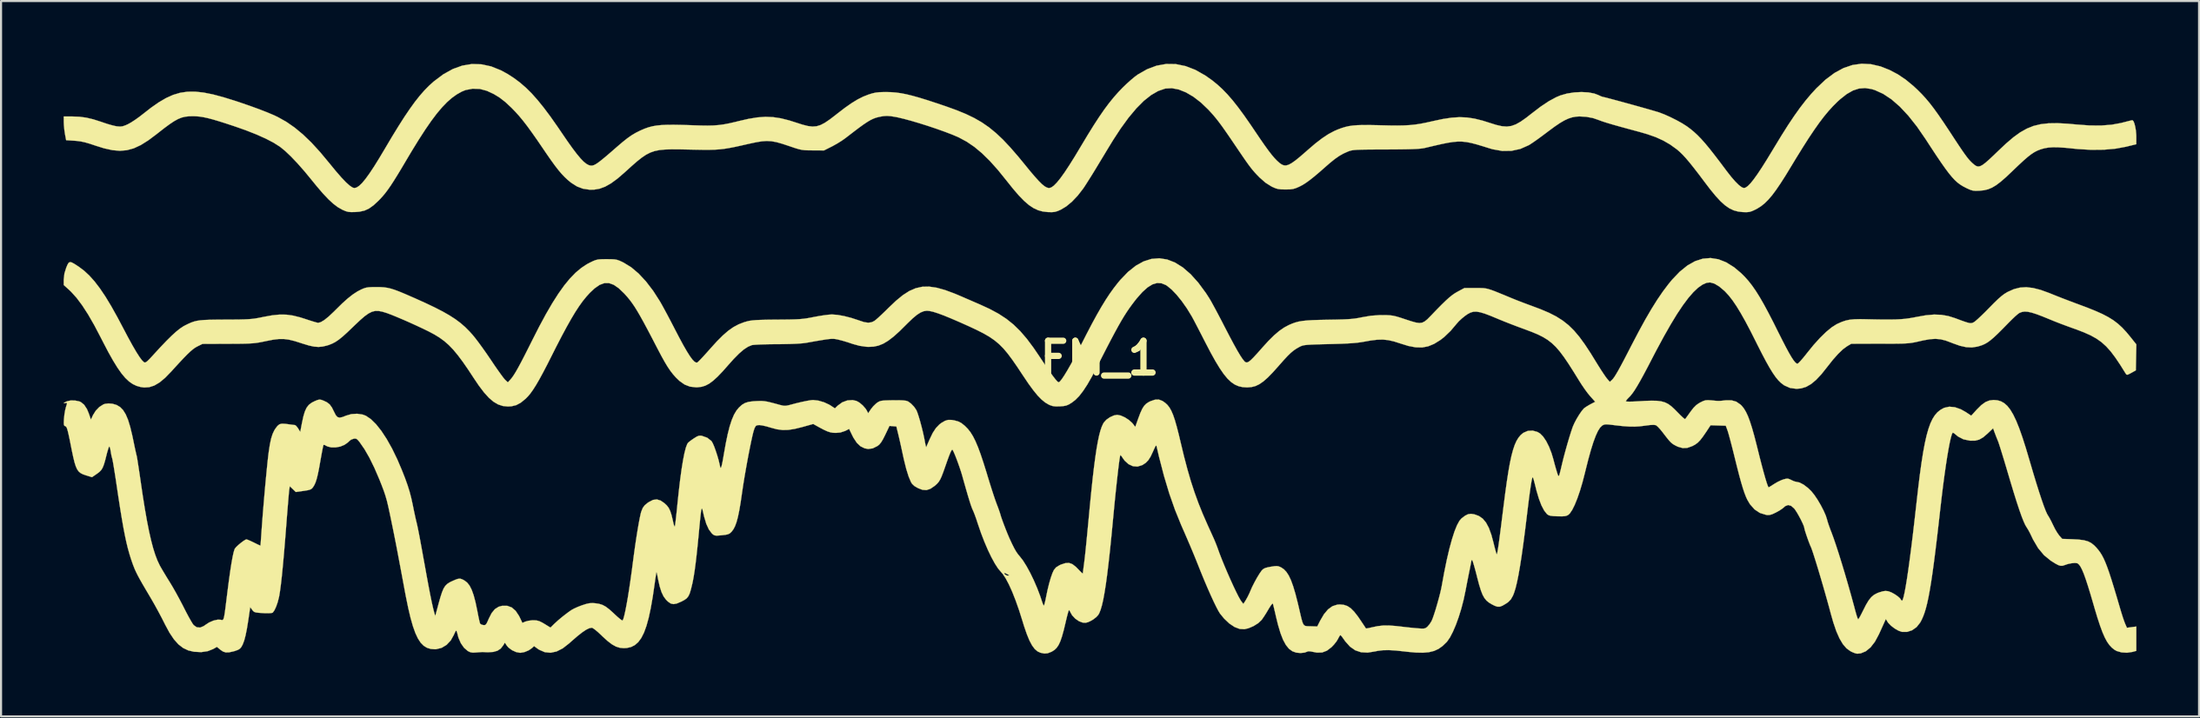
<source format=kicad_pcb>
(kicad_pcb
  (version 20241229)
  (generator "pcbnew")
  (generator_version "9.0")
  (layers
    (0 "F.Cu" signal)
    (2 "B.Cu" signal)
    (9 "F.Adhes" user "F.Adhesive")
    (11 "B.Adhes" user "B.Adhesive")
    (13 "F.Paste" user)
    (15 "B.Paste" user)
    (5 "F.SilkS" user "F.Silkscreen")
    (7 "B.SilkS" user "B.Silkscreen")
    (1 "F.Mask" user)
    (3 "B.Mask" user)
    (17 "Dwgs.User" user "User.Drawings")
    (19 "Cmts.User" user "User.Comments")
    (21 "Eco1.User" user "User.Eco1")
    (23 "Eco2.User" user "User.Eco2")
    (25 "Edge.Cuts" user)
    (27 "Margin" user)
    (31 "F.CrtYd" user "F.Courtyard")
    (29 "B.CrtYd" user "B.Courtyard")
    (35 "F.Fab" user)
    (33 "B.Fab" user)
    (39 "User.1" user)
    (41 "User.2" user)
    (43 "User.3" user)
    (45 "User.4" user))
  (footprint "FM_1"
    (layer "F.Cu")
    (at 49.646 14.121)
    (property "Reference" "FM_1" (at 0 0 0) (layer "F.SilkS") (effects (font (size 1.524 1.524) (thickness 0.3))))
    (attr through_hole)
    (fp_poly (pts (xy 36.971 -14.093) (xy 37.431 -13.986) (xy 37.865 -13.814) (xy 38.261 -13.605) (xy 38.635 -13.353) (xy 39.009 -13.044) (xy 39.207 -12.859) (xy 39.404 -12.661) (xy 39.593 -12.455) (xy 39.783 -12.229) (xy 39.981 -11.972) (xy 40.197 -11.672) (xy 40.439 -11.32) (xy 40.716 -10.903) (xy 40.764 -10.83) (xy 40.992 -10.481) (xy 41.179 -10.198) (xy 41.331 -9.973) (xy 41.455 -9.795) (xy 41.557 -9.657) (xy 41.643 -9.548) (xy 41.72 -9.461) (xy 41.795 -9.385) (xy 41.843 -9.341) (xy 41.939 -9.26) (xy 42.024 -9.207) (xy 42.11 -9.187) (xy 42.204 -9.204) (xy 42.317 -9.262) (xy 42.457 -9.367) (xy 42.634 -9.522) (xy 42.858 -9.732) (xy 43.069 -9.936) (xy 43.451 -10.295) (xy 43.797 -10.59) (xy 44.122 -10.825) (xy 44.44 -11.004) (xy 44.764 -11.134) (xy 45.108 -11.217) (xy 45.486 -11.259) (xy 45.912 -11.265) (xy 46.4 -11.24) (xy 46.815 -11.202) (xy 47.445 -11.156) (xy 48.006 -11.153) (xy 48.508 -11.192) (xy 48.96 -11.275) (xy 49.029 -11.293) (xy 49.216 -11.341) (xy 49.37 -11.38) (xy 49.471 -11.403) (xy 49.499 -11.408) (xy 49.547 -11.366) (xy 49.594 -11.256) (xy 49.635 -11.096) (xy 49.667 -10.905) (xy 49.684 -10.705) (xy 49.686 -10.621) (xy 49.686 -10.257) (xy 49.185 -10.135) (xy 48.689 -10.043) (xy 48.13 -9.994) (xy 47.526 -9.988) (xy 46.893 -10.025) (xy 46.706 -10.044) (xy 46.3 -10.085) (xy 45.969 -10.107) (xy 45.698 -10.111) (xy 45.476 -10.097) (xy 45.289 -10.064) (xy 45.252 -10.055) (xy 45.092 -10.008) (xy 44.946 -9.951) (xy 44.804 -9.878) (xy 44.654 -9.78) (xy 44.487 -9.651) (xy 44.291 -9.481) (xy 44.055 -9.263) (xy 43.77 -8.991) (xy 43.731 -8.953) (xy 43.437 -8.675) (xy 43.187 -8.458) (xy 42.97 -8.294) (xy 42.774 -8.177) (xy 42.586 -8.098) (xy 42.393 -8.051) (xy 42.184 -8.029) (xy 42.164 -8.028) (xy 41.992 -8.022) (xy 41.862 -8.033) (xy 41.74 -8.067) (xy 41.59 -8.133) (xy 41.509 -8.173) (xy 41.37 -8.246) (xy 41.24 -8.328) (xy 41.114 -8.423) (xy 40.986 -8.541) (xy 40.851 -8.687) (xy 40.703 -8.867) (xy 40.535 -9.091) (xy 40.343 -9.363) (xy 40.121 -9.69) (xy 39.863 -10.081) (xy 39.594 -10.494) (xy 39.174 -11.104) (xy 38.76 -11.626) (xy 38.353 -12.061) (xy 37.952 -12.41) (xy 37.554 -12.673) (xy 37.161 -12.852) (xy 36.988 -12.904) (xy 36.688 -12.949) (xy 36.398 -12.927) (xy 36.109 -12.833) (xy 35.811 -12.664) (xy 35.496 -12.416) (xy 35.363 -12.295) (xy 35.149 -12.082) (xy 34.936 -11.848) (xy 34.718 -11.585) (xy 34.491 -11.286) (xy 34.249 -10.943) (xy 33.985 -10.549) (xy 33.696 -10.095) (xy 33.374 -9.575) (xy 33.155 -9.213) (xy 32.88 -8.761) (xy 32.637 -8.381) (xy 32.422 -8.065) (xy 32.228 -7.805) (xy 32.047 -7.594) (xy 31.875 -7.424) (xy 31.704 -7.287) (xy 31.529 -7.176) (xy 31.429 -7.123) (xy 31.27 -7.05) (xy 31.143 -7.011) (xy 31.006 -6.998) (xy 30.828 -7.003) (xy 30.6 -7.03) (xy 30.388 -7.088) (xy 30.184 -7.185) (xy 29.978 -7.328) (xy 29.761 -7.523) (xy 29.526 -7.778) (xy 29.264 -8.097) (xy 29.017 -8.421) (xy 28.733 -8.799) (xy 28.491 -9.112) (xy 28.286 -9.369) (xy 28.11 -9.577) (xy 27.955 -9.746) (xy 27.815 -9.883) (xy 27.683 -9.998) (xy 27.66 -10.016) (xy 27.344 -10.244) (xy 27.015 -10.434) (xy 26.654 -10.598) (xy 26.239 -10.743) (xy 25.872 -10.849) (xy 25.36 -10.987) (xy 24.93 -11.105) (xy 24.579 -11.204) (xy 24.304 -11.286) (xy 24.099 -11.352) (xy 23.961 -11.402) (xy 23.929 -11.415) (xy 23.646 -11.512) (xy 23.321 -11.572) (xy 22.997 -11.59) (xy 22.833 -11.579) (xy 22.653 -11.547) (xy 22.473 -11.489) (xy 22.28 -11.4) (xy 22.061 -11.272) (xy 21.805 -11.098) (xy 21.499 -10.872) (xy 21.424 -10.815) (xy 21.202 -10.649) (xy 20.986 -10.491) (xy 20.792 -10.355) (xy 20.64 -10.254) (xy 20.572 -10.212) (xy 20.167 -10.032) (xy 19.743 -9.94) (xy 19.301 -9.934) (xy 18.841 -10.016) (xy 18.716 -10.052) (xy 18.366 -10.161) (xy 18.072 -10.249) (xy 17.82 -10.315) (xy 17.595 -10.359) (xy 17.384 -10.382) (xy 17.172 -10.384) (xy 16.944 -10.365) (xy 16.687 -10.325) (xy 16.386 -10.264) (xy 16.027 -10.182) (xy 15.596 -10.08) (xy 15.497 -10.061) (xy 15.373 -10.045) (xy 15.215 -10.033) (xy 15.012 -10.023) (xy 14.756 -10.016) (xy 14.437 -10.011) (xy 14.045 -10.008) (xy 13.725 -10.006) (xy 13.306 -10.005) (xy 12.967 -10.003) (xy 12.696 -10) (xy 12.484 -9.995) (xy 12.321 -9.988) (xy 12.197 -9.978) (xy 12.102 -9.965) (xy 12.026 -9.948) (xy 11.958 -9.927) (xy 11.896 -9.903) (xy 11.687 -9.809) (xy 11.489 -9.697) (xy 11.282 -9.553) (xy 11.048 -9.365) (xy 10.856 -9.198) (xy 10.547 -8.926) (xy 10.291 -8.71) (xy 10.077 -8.54) (xy 9.895 -8.408) (xy 9.734 -8.306) (xy 9.583 -8.227) (xy 9.581 -8.226) (xy 9.419 -8.155) (xy 9.282 -8.113) (xy 9.132 -8.093) (xy 8.933 -8.088) (xy 8.912 -8.088) (xy 8.71 -8.092) (xy 8.56 -8.109) (xy 8.428 -8.147) (xy 8.278 -8.213) (xy 8.243 -8.23) (xy 7.956 -8.41) (xy 7.664 -8.666) (xy 7.655 -8.676) (xy 7.54 -8.794) (xy 7.439 -8.903) (xy 7.343 -9.013) (xy 7.245 -9.136) (xy 7.136 -9.281) (xy 7.008 -9.46) (xy 6.854 -9.683) (xy 6.665 -9.961) (xy 6.485 -10.227) (xy 6.242 -10.585) (xy 6.038 -10.88) (xy 5.866 -11.124) (xy 5.715 -11.327) (xy 5.577 -11.503) (xy 5.444 -11.662) (xy 5.306 -11.815) (xy 5.215 -11.914) (xy 4.858 -12.256) (xy 4.498 -12.534) (xy 4.141 -12.743) (xy 3.794 -12.881) (xy 3.466 -12.943) (xy 3.162 -12.927) (xy 3.138 -12.922) (xy 2.809 -12.809) (xy 2.472 -12.614) (xy 2.123 -12.338) (xy 1.764 -11.977) (xy 1.391 -11.532) (xy 1.005 -11.001) (xy 0.66 -10.472) (xy 0.592 -10.362) (xy 0.487 -10.19) (xy 0.354 -9.972) (xy 0.203 -9.721) (xy 0.041 -9.454) (xy -0.03 -9.336) (xy -0.197 -9.06) (xy -0.363 -8.789) (xy -0.519 -8.541) (xy -0.653 -8.33) (xy -0.755 -8.174) (xy -0.784 -8.132) (xy -1.045 -7.795) (xy -1.32 -7.505) (xy -1.596 -7.276) (xy -1.853 -7.121) (xy -2.014 -7.051) (xy -2.144 -7.013) (xy -2.281 -6.999) (xy -2.464 -7.003) (xy -2.485 -7.004) (xy -2.722 -7.032) (xy -2.945 -7.093) (xy -3.163 -7.194) (xy -3.384 -7.341) (xy -3.616 -7.541) (xy -3.867 -7.799) (xy -4.146 -8.123) (xy -4.456 -8.511) (xy -4.87 -9.023) (xy -5.26 -9.459) (xy -5.633 -9.825) (xy -5.998 -10.129) (xy -6.362 -10.377) (xy -6.733 -10.577) (xy -6.796 -10.607) (xy -7.083 -10.728) (xy -7.429 -10.86) (xy -7.816 -10.997) (xy -8.223 -11.134) (xy -8.632 -11.263) (xy -9.024 -11.379) (xy -9.379 -11.475) (xy -9.679 -11.546) (xy -9.776 -11.565) (xy -10.006 -11.602) (xy -10.185 -11.615) (xy -10.347 -11.605) (xy -10.437 -11.591) (xy -10.581 -11.563) (xy -10.712 -11.529) (xy -10.84 -11.482) (xy -10.975 -11.417) (xy -11.127 -11.327) (xy -11.306 -11.208) (xy -11.522 -11.052) (xy -11.785 -10.853) (xy -12.106 -10.606) (xy -12.18 -10.549) (xy -12.354 -10.426) (xy -12.569 -10.292) (xy -12.785 -10.171) (xy -12.83 -10.148) (xy -13.206 -9.959) (xy -13.744 -9.962) (xy -13.96 -9.964) (xy -14.127 -9.971) (xy -14.271 -9.988) (xy -14.415 -10.02) (xy -14.586 -10.071) (xy -14.808 -10.146) (xy -14.885 -10.172) (xy -15.214 -10.281) (xy -15.485 -10.357) (xy -15.722 -10.4) (xy -15.949 -10.413) (xy -16.189 -10.396) (xy -16.466 -10.35) (xy -16.804 -10.278) (xy -16.822 -10.274) (xy -17.186 -10.191) (xy -17.489 -10.125) (xy -17.748 -10.075) (xy -17.981 -10.037) (xy -18.204 -10.012) (xy -18.434 -9.996) (xy -18.689 -9.989) (xy -18.985 -9.989) (xy -19.34 -9.995) (xy -19.674 -10.002) (xy -20.128 -10.011) (xy -20.506 -10.013) (xy -20.822 -10.003) (xy -21.089 -9.978) (xy -21.322 -9.93) (xy -21.532 -9.857) (xy -21.735 -9.753) (xy -21.942 -9.613) (xy -22.169 -9.433) (xy -22.427 -9.207) (xy -22.732 -8.931) (xy -22.77 -8.896) (xy -23.109 -8.604) (xy -23.413 -8.382) (xy -23.692 -8.224) (xy -23.959 -8.125) (xy -24.224 -8.079) (xy -24.45 -8.078) (xy -24.759 -8.125) (xy -25.044 -8.233) (xy -25.325 -8.412) (xy -25.497 -8.554) (xy -25.641 -8.69) (xy -25.784 -8.841) (xy -25.934 -9.018) (xy -26.1 -9.232) (xy -26.29 -9.494) (xy -26.513 -9.815) (xy -26.672 -10.049) (xy -26.959 -10.47) (xy -27.209 -10.825) (xy -27.428 -11.126) (xy -27.627 -11.383) (xy -27.812 -11.607) (xy -27.993 -11.808) (xy -28.177 -11.998) (xy -28.188 -12.009) (xy -28.481 -12.282) (xy -28.755 -12.495) (xy -29.033 -12.664) (xy -29.341 -12.808) (xy -29.371 -12.82) (xy -29.7 -12.908) (xy -30.045 -12.919) (xy -30.381 -12.855) (xy -30.569 -12.779) (xy -30.803 -12.647) (xy -31.034 -12.482) (xy -31.268 -12.278) (xy -31.508 -12.029) (xy -31.76 -11.731) (xy -32.027 -11.376) (xy -32.314 -10.961) (xy -32.626 -10.478) (xy -32.967 -9.924) (xy -33.198 -9.536) (xy -33.44 -9.127) (xy -33.646 -8.786) (xy -33.822 -8.504) (xy -33.974 -8.27) (xy -34.11 -8.075) (xy -34.235 -7.909) (xy -34.357 -7.763) (xy -34.482 -7.626) (xy -34.556 -7.55) (xy -34.795 -7.329) (xy -35.012 -7.174) (xy -35.228 -7.075) (xy -35.467 -7.022) (xy -35.671 -7.006) (xy -35.864 -7.002) (xy -36.004 -7.014) (xy -36.13 -7.048) (xy -36.279 -7.112) (xy -36.311 -7.128) (xy -36.511 -7.243) (xy -36.724 -7.405) (xy -36.957 -7.619) (xy -37.216 -7.893) (xy -37.508 -8.234) (xy -37.734 -8.511) (xy -38.093 -8.948) (xy -38.434 -9.336) (xy -38.75 -9.668) (xy -39.034 -9.938) (xy -39.28 -10.138) (xy -39.287 -10.142) (xy -39.583 -10.33) (xy -39.958 -10.525) (xy -40.404 -10.725) (xy -40.911 -10.925) (xy -41.442 -11.112) (xy -41.863 -11.251) (xy -42.213 -11.362) (xy -42.503 -11.448) (xy -42.746 -11.511) (xy -42.952 -11.555) (xy -43.135 -11.583) (xy -43.306 -11.597) (xy -43.447 -11.601) (xy -43.646 -11.596) (xy -43.822 -11.576) (xy -43.99 -11.535) (xy -44.161 -11.466) (xy -44.347 -11.364) (xy -44.561 -11.222) (xy -44.815 -11.035) (xy -45.12 -10.797) (xy -45.193 -10.739) (xy -45.587 -10.444) (xy -45.945 -10.219) (xy -46.282 -10.062) (xy -46.612 -9.971) (xy -46.95 -9.942) (xy -47.31 -9.973) (xy -47.708 -10.061) (xy -48.106 -10.185) (xy -48.393 -10.281) (xy -48.623 -10.347) (xy -48.821 -10.39) (xy -49.012 -10.415) (xy -49.126 -10.424) (xy -49.526 -10.45) (xy -49.581 -10.739) (xy -49.612 -10.949) (xy -49.633 -11.177) (xy -49.639 -11.307) (xy -49.641 -11.586) (xy -49.221 -11.586) (xy -48.883 -11.573) (xy -48.559 -11.529) (xy -48.222 -11.449) (xy -47.843 -11.328) (xy -47.758 -11.298) (xy -47.544 -11.227) (xy -47.331 -11.166) (xy -47.152 -11.124) (xy -47.081 -11.113) (xy -46.937 -11.102) (xy -46.818 -11.116) (xy -46.685 -11.162) (xy -46.559 -11.219) (xy -46.407 -11.304) (xy -46.215 -11.429) (xy -46.01 -11.576) (xy -45.854 -11.697) (xy -45.453 -12.01) (xy -45.084 -12.267) (xy -44.736 -12.471) (xy -44.399 -12.622) (xy -44.061 -12.723) (xy -43.712 -12.774) (xy -43.341 -12.777) (xy -42.937 -12.733) (xy -42.49 -12.644) (xy -41.988 -12.51) (xy -41.421 -12.334) (xy -41.242 -12.275) (xy -40.736 -12.101) (xy -40.281 -11.936) (xy -39.886 -11.782) (xy -39.56 -11.644) (xy -39.378 -11.557) (xy -38.971 -11.329) (xy -38.575 -11.054) (xy -38.179 -10.726) (xy -37.775 -10.338) (xy -37.356 -9.88) (xy -36.921 -9.358) (xy -36.608 -8.976) (xy -36.341 -8.668) (xy -36.117 -8.433) (xy -35.937 -8.271) (xy -35.798 -8.178) (xy -35.713 -8.155) (xy -35.607 -8.18) (xy -35.486 -8.259) (xy -35.344 -8.394) (xy -35.18 -8.591) (xy -34.99 -8.853) (xy -34.77 -9.184) (xy -34.519 -9.589) (xy -34.258 -10.026) (xy -33.912 -10.61) (xy -33.599 -11.12) (xy -33.316 -11.565) (xy -33.055 -11.95) (xy -32.813 -12.285) (xy -32.584 -12.575) (xy -32.363 -12.828) (xy -32.145 -13.051) (xy -31.924 -13.251) (xy -31.907 -13.266) (xy -31.451 -13.608) (xy -30.996 -13.861) (xy -30.541 -14.025) (xy -30.084 -14.101) (xy -29.623 -14.088) (xy -29.157 -13.987) (xy -28.685 -13.797) (xy -28.364 -13.621) (xy -28.061 -13.425) (xy -27.774 -13.21) (xy -27.495 -12.969) (xy -27.218 -12.695) (xy -26.935 -12.377) (xy -26.637 -12.009) (xy -26.318 -11.583) (xy -25.971 -11.089) (xy -25.778 -10.806) (xy -25.499 -10.398) (xy -25.259 -10.061) (xy -25.053 -9.79) (xy -24.878 -9.58) (xy -24.729 -9.425) (xy -24.599 -9.319) (xy -24.486 -9.257) (xy -24.44 -9.242) (xy -24.371 -9.23) (xy -24.301 -9.234) (xy -24.221 -9.259) (xy -24.124 -9.311) (xy -24.001 -9.395) (xy -23.844 -9.518) (xy -23.643 -9.684) (xy -23.392 -9.9) (xy -23.141 -10.119) (xy -22.865 -10.355) (xy -22.634 -10.539) (xy -22.428 -10.684) (xy -22.23 -10.802) (xy -22.023 -10.906) (xy -21.987 -10.922) (xy -21.799 -11.003) (xy -21.618 -11.067) (xy -21.431 -11.116) (xy -21.226 -11.152) (xy -20.993 -11.175) (xy -20.719 -11.187) (xy -20.392 -11.189) (xy -20.001 -11.182) (xy -19.533 -11.167) (xy -19.496 -11.165) (xy -19.101 -11.153) (xy -18.775 -11.149) (xy -18.497 -11.156) (xy -18.246 -11.176) (xy -18.001 -11.209) (xy -17.742 -11.259) (xy -17.448 -11.326) (xy -17.29 -11.366) (xy -16.812 -11.475) (xy -16.392 -11.543) (xy -16.01 -11.57) (xy -15.645 -11.555) (xy -15.274 -11.499) (xy -14.878 -11.399) (xy -14.543 -11.293) (xy -14.234 -11.194) (xy -13.979 -11.129) (xy -13.761 -11.103) (xy -13.563 -11.117) (xy -13.369 -11.177) (xy -13.163 -11.285) (xy -12.927 -11.445) (xy -12.645 -11.661) (xy -12.576 -11.716) (xy -12.208 -11.999) (xy -11.886 -12.225) (xy -11.597 -12.402) (xy -11.328 -12.537) (xy -11.074 -12.637) (xy -10.889 -12.695) (xy -10.726 -12.731) (xy -10.553 -12.75) (xy -10.336 -12.757) (xy -10.227 -12.758) (xy -9.992 -12.752) (xy -9.758 -12.734) (xy -9.515 -12.701) (xy -9.251 -12.649) (xy -8.957 -12.577) (xy -8.62 -12.482) (xy -8.231 -12.362) (xy -7.778 -12.213) (xy -7.353 -12.069) (xy -6.852 -11.888) (xy -6.408 -11.706) (xy -6.009 -11.514) (xy -5.643 -11.304) (xy -5.299 -11.066) (xy -4.965 -10.793) (xy -4.629 -10.476) (xy -4.28 -10.105) (xy -3.906 -9.674) (xy -3.596 -9.297) (xy -3.326 -8.966) (xy -3.101 -8.702) (xy -2.916 -8.498) (xy -2.765 -8.347) (xy -2.64 -8.244) (xy -2.535 -8.183) (xy -2.445 -8.157) (xy -2.414 -8.155) (xy -2.314 -8.183) (xy -2.193 -8.268) (xy -2.048 -8.415) (xy -1.877 -8.625) (xy -1.677 -8.903) (xy -1.447 -9.252) (xy -1.182 -9.675) (xy -0.891 -10.16) (xy -0.57 -10.695) (xy -0.282 -11.159) (xy -0.02 -11.562) (xy 0.223 -11.915) (xy 0.455 -12.226) (xy 0.681 -12.505) (xy 0.908 -12.761) (xy 1.111 -12.972) (xy 1.299 -13.153) (xy 1.497 -13.331) (xy 1.681 -13.485) (xy 1.827 -13.594) (xy 2.279 -13.852) (xy 2.734 -14.022) (xy 3.192 -14.104) (xy 3.654 -14.098) (xy 4.122 -14.002) (xy 4.596 -13.819) (xy 5.076 -13.546) (xy 5.392 -13.323) (xy 5.644 -13.119) (xy 5.887 -12.896) (xy 6.129 -12.646) (xy 6.378 -12.36) (xy 6.641 -12.027) (xy 6.926 -11.64) (xy 7.241 -11.188) (xy 7.445 -10.886) (xy 7.698 -10.512) (xy 7.912 -10.204) (xy 8.092 -9.955) (xy 8.246 -9.755) (xy 8.381 -9.596) (xy 8.503 -9.468) (xy 8.62 -9.363) (xy 8.621 -9.362) (xy 8.726 -9.287) (xy 8.829 -9.244) (xy 8.937 -9.237) (xy 9.061 -9.272) (xy 9.209 -9.352) (xy 9.391 -9.481) (xy 9.616 -9.664) (xy 9.892 -9.903) (xy 9.974 -9.976) (xy 10.342 -10.291) (xy 10.67 -10.543) (xy 10.968 -10.74) (xy 11.249 -10.89) (xy 11.424 -10.965) (xy 11.607 -11.033) (xy 11.779 -11.085) (xy 11.952 -11.125) (xy 12.141 -11.152) (xy 12.358 -11.169) (xy 12.618 -11.177) (xy 12.935 -11.176) (xy 13.323 -11.169) (xy 13.48 -11.165) (xy 13.916 -11.155) (xy 14.281 -11.152) (xy 14.592 -11.158) (xy 14.867 -11.173) (xy 15.122 -11.199) (xy 15.376 -11.237) (xy 15.645 -11.29) (xy 15.948 -11.357) (xy 15.98 -11.365) (xy 16.457 -11.466) (xy 16.875 -11.529) (xy 17.253 -11.553) (xy 17.612 -11.538) (xy 17.974 -11.483) (xy 18.359 -11.387) (xy 18.702 -11.279) (xy 19.018 -11.18) (xy 19.284 -11.12) (xy 19.518 -11.103) (xy 19.734 -11.131) (xy 19.951 -11.209) (xy 20.185 -11.34) (xy 20.451 -11.528) (xy 20.699 -11.722) (xy 21.14 -12.059) (xy 21.534 -12.321) (xy 21.885 -12.511) (xy 22.085 -12.595) (xy 22.403 -12.686) (xy 22.748 -12.74) (xy 23.095 -12.758) (xy 23.424 -12.741) (xy 23.713 -12.686) (xy 23.905 -12.613) (xy 24.025 -12.557) (xy 24.116 -12.525) (xy 24.136 -12.522) (xy 24.191 -12.51) (xy 24.32 -12.478) (xy 24.508 -12.428) (xy 24.744 -12.365) (xy 25.013 -12.292) (xy 25.304 -12.212) (xy 25.602 -12.13) (xy 25.896 -12.048) (xy 26.172 -11.97) (xy 26.418 -11.9) (xy 26.62 -11.841) (xy 26.765 -11.798) (xy 26.816 -11.782) (xy 27.066 -11.686) (xy 27.353 -11.558) (xy 27.647 -11.411) (xy 27.918 -11.261) (xy 28.137 -11.122) (xy 28.15 -11.113) (xy 28.326 -10.982) (xy 28.493 -10.843) (xy 28.66 -10.689) (xy 28.834 -10.51) (xy 29.022 -10.299) (xy 29.231 -10.047) (xy 29.468 -9.746) (xy 29.742 -9.388) (xy 30.049 -8.978) (xy 30.269 -8.696) (xy 30.468 -8.467) (xy 30.641 -8.296) (xy 30.782 -8.19) (xy 30.882 -8.155) (xy 30.967 -8.179) (xy 31.071 -8.253) (xy 31.197 -8.381) (xy 31.348 -8.568) (xy 31.527 -8.817) (xy 31.737 -9.132) (xy 31.98 -9.518) (xy 32.26 -9.979) (xy 32.329 -10.093) (xy 32.679 -10.669) (xy 32.998 -11.174) (xy 33.294 -11.616) (xy 33.572 -12.006) (xy 33.84 -12.353) (xy 34.105 -12.667) (xy 34.356 -12.939) (xy 34.79 -13.35) (xy 35.221 -13.672) (xy 35.651 -13.906) (xy 36.085 -14.054) (xy 36.524 -14.116) (xy 36.971 -14.093)) (stroke (width 0.01) (type solid)) (fill yes) (layer "F.SilkS"))
    (fp_poly (pts (xy 29.658 -4.741) (xy 30.033 -4.594) (xy 30.411 -4.357) (xy 30.742 -4.079) (xy 30.926 -3.897) (xy 31.102 -3.699) (xy 31.275 -3.477) (xy 31.451 -3.224) (xy 31.636 -2.929) (xy 31.834 -2.585) (xy 32.051 -2.183) (xy 32.293 -1.714) (xy 32.502 -1.294) (xy 32.715 -0.871) (xy 32.894 -0.524) (xy 33.044 -0.247) (xy 33.168 -0.036) (xy 33.269 0.116) (xy 33.35 0.212) (xy 33.415 0.26) (xy 33.448 0.267) (xy 33.496 0.234) (xy 33.587 0.141) (xy 33.708 0.003) (xy 33.847 -0.168) (xy 33.898 -0.234) (xy 34.217 -0.627) (xy 34.527 -0.97) (xy 34.82 -1.256) (xy 35.089 -1.478) (xy 35.325 -1.628) (xy 35.342 -1.636) (xy 35.552 -1.731) (xy 35.745 -1.798) (xy 35.945 -1.842) (xy 36.172 -1.864) (xy 36.449 -1.871) (xy 36.696 -1.867) (xy 37.164 -1.857) (xy 37.555 -1.851) (xy 37.882 -1.851) (xy 38.158 -1.856) (xy 38.397 -1.868) (xy 38.609 -1.886) (xy 38.809 -1.913) (xy 39.009 -1.947) (xy 39.169 -1.979) (xy 39.613 -2.057) (xy 39.998 -2.09) (xy 40.346 -2.077) (xy 40.677 -2.019) (xy 40.996 -1.919) (xy 41.263 -1.819) (xy 41.461 -1.749) (xy 41.602 -1.704) (xy 41.702 -1.681) (xy 41.775 -1.678) (xy 41.833 -1.691) (xy 41.892 -1.718) (xy 41.9 -1.722) (xy 41.974 -1.776) (xy 42.097 -1.883) (xy 42.256 -2.032) (xy 42.44 -2.211) (xy 42.633 -2.407) (xy 42.869 -2.647) (xy 43.059 -2.83) (xy 43.216 -2.968) (xy 43.353 -3.073) (xy 43.484 -3.154) (xy 43.533 -3.181) (xy 43.824 -3.31) (xy 44.113 -3.383) (xy 44.413 -3.402) (xy 44.739 -3.364) (xy 45.104 -3.271) (xy 45.521 -3.12) (xy 45.586 -3.093) (xy 45.862 -2.982) (xy 46.183 -2.856) (xy 46.514 -2.73) (xy 46.817 -2.616) (xy 46.856 -2.602) (xy 47.328 -2.426) (xy 47.726 -2.266) (xy 48.061 -2.116) (xy 48.346 -1.967) (xy 48.592 -1.814) (xy 48.81 -1.647) (xy 49.013 -1.461) (xy 49.211 -1.248) (xy 49.417 -1) (xy 49.427 -0.987) (xy 49.688 -0.66) (xy 49.676 -0.037) (xy 49.664 0.585) (xy 49.448 0.705) (xy 49.323 0.771) (xy 49.252 0.796) (xy 49.211 0.783) (xy 49.18 0.741) (xy 48.916 0.319) (xy 48.68 -0.032) (xy 48.46 -0.324) (xy 48.243 -0.565) (xy 48.019 -0.767) (xy 47.776 -0.939) (xy 47.501 -1.092) (xy 47.184 -1.234) (xy 46.812 -1.378) (xy 46.627 -1.443) (xy 46.355 -1.542) (xy 46.058 -1.653) (xy 45.773 -1.764) (xy 45.558 -1.852) (xy 45.199 -1.999) (xy 44.908 -2.109) (xy 44.675 -2.183) (xy 44.488 -2.224) (xy 44.335 -2.234) (xy 44.207 -2.215) (xy 44.091 -2.171) (xy 44.08 -2.166) (xy 44.004 -2.11) (xy 43.882 -2.005) (xy 43.733 -1.863) (xy 43.571 -1.702) (xy 43.559 -1.689) (xy 43.278 -1.402) (xy 43.047 -1.172) (xy 42.855 -0.992) (xy 42.693 -0.855) (xy 42.551 -0.752) (xy 42.417 -0.676) (xy 42.282 -0.618) (xy 42.135 -0.572) (xy 42.064 -0.553) (xy 41.809 -0.514) (xy 41.537 -0.527) (xy 41.233 -0.594) (xy 40.881 -0.719) (xy 40.82 -0.744) (xy 40.549 -0.845) (xy 40.305 -0.905) (xy 40.063 -0.926) (xy 39.798 -0.909) (xy 39.487 -0.854) (xy 39.325 -0.818) (xy 39.173 -0.783) (xy 39.04 -0.755) (xy 38.915 -0.734) (xy 38.784 -0.718) (xy 38.634 -0.707) (xy 38.452 -0.699) (xy 38.226 -0.695) (xy 37.942 -0.693) (xy 37.587 -0.692) (xy 37.409 -0.692) (xy 36.028 -0.691) (xy 35.823 -0.57) (xy 35.626 -0.426) (xy 35.397 -0.206) (xy 35.142 0.081) (xy 34.87 0.425) (xy 34.593 0.773) (xy 34.339 1.043) (xy 34.098 1.242) (xy 33.863 1.376) (xy 33.625 1.449) (xy 33.402 1.47) (xy 33.094 1.429) (xy 32.815 1.305) (xy 32.652 1.182) (xy 32.529 1.06) (xy 32.402 0.905) (xy 32.265 0.708) (xy 32.114 0.463) (xy 31.944 0.161) (xy 31.75 -0.206) (xy 31.527 -0.645) (xy 31.467 -0.766) (xy 31.195 -1.306) (xy 30.95 -1.769) (xy 30.728 -2.163) (xy 30.525 -2.495) (xy 30.337 -2.772) (xy 30.158 -3.001) (xy 29.985 -3.189) (xy 29.952 -3.222) (xy 29.695 -3.439) (xy 29.467 -3.575) (xy 29.263 -3.631) (xy 29.099 -3.615) (xy 28.898 -3.527) (xy 28.685 -3.378) (xy 28.459 -3.165) (xy 28.217 -2.886) (xy 27.957 -2.538) (xy 27.676 -2.118) (xy 27.375 -1.623) (xy 27.049 -1.051) (xy 26.697 -0.399) (xy 26.502 -0.025) (xy 26.272 0.419) (xy 26.075 0.79) (xy 25.907 1.095) (xy 25.764 1.342) (xy 25.642 1.539) (xy 25.535 1.692) (xy 25.439 1.811) (xy 25.361 1.891) (xy 25.275 1.981) (xy 25.226 2.049) (xy 25.222 2.064) (xy 25.264 2.08) (xy 25.385 2.085) (xy 25.575 2.081) (xy 25.745 2.072) (xy 26.138 2.049) (xy 26.456 2.039) (xy 26.713 2.045) (xy 26.922 2.071) (xy 27.097 2.121) (xy 27.252 2.197) (xy 27.4 2.305) (xy 27.554 2.447) (xy 27.698 2.593) (xy 27.836 2.733) (xy 27.952 2.842) (xy 28.033 2.908) (xy 28.064 2.921) (xy 28.1 2.875) (xy 28.174 2.774) (xy 28.273 2.637) (xy 28.317 2.574) (xy 28.462 2.385) (xy 28.593 2.253) (xy 28.737 2.153) (xy 28.788 2.125) (xy 28.927 2.057) (xy 29.038 2.021) (xy 29.159 2.013) (xy 29.327 2.024) (xy 29.344 2.026) (xy 29.512 2.042) (xy 29.625 2.05) (xy 29.717 2.05) (xy 29.823 2.042) (xy 29.975 2.025) (xy 30.005 2.022) (xy 30.283 2.02) (xy 30.515 2.086) (xy 30.717 2.225) (xy 30.785 2.292) (xy 30.886 2.42) (xy 30.982 2.582) (xy 31.077 2.785) (xy 31.172 3.04) (xy 31.272 3.354) (xy 31.38 3.736) (xy 31.498 4.196) (xy 31.535 4.345) (xy 31.641 4.77) (xy 31.74 5.153) (xy 31.83 5.487) (xy 31.909 5.765) (xy 31.975 5.98) (xy 32.026 6.124) (xy 32.06 6.19) (xy 32.066 6.194) (xy 32.11 6.171) (xy 32.207 6.112) (xy 32.325 6.035) (xy 32.491 5.937) (xy 32.668 5.853) (xy 32.772 5.814) (xy 32.906 5.779) (xy 32.999 5.778) (xy 33.095 5.813) (xy 33.145 5.839) (xy 33.266 5.895) (xy 33.365 5.925) (xy 33.383 5.927) (xy 33.549 5.963) (xy 33.744 6.065) (xy 33.951 6.223) (xy 34.112 6.379) (xy 34.257 6.558) (xy 34.412 6.788) (xy 34.563 7.045) (xy 34.698 7.305) (xy 34.804 7.545) (xy 34.867 7.742) (xy 34.869 7.754) (xy 34.9 7.862) (xy 34.955 8.027) (xy 35.025 8.22) (xy 35.071 8.338) (xy 35.172 8.61) (xy 35.29 8.956) (xy 35.423 9.364) (xy 35.565 9.82) (xy 35.714 10.314) (xy 35.865 10.831) (xy 36.015 11.361) (xy 36.16 11.889) (xy 36.23 12.154) (xy 36.278 12.32) (xy 36.32 12.447) (xy 36.351 12.515) (xy 36.359 12.522) (xy 36.39 12.484) (xy 36.449 12.383) (xy 36.526 12.235) (xy 36.583 12.121) (xy 36.729 11.832) (xy 36.859 11.615) (xy 36.986 11.457) (xy 37.121 11.344) (xy 37.275 11.263) (xy 37.366 11.229) (xy 37.538 11.178) (xy 37.663 11.16) (xy 37.775 11.171) (xy 37.823 11.182) (xy 37.961 11.236) (xy 38.114 11.321) (xy 38.256 11.419) (xy 38.36 11.512) (xy 38.397 11.565) (xy 38.438 11.623) (xy 38.458 11.631) (xy 38.491 11.587) (xy 38.532 11.458) (xy 38.58 11.246) (xy 38.634 10.957) (xy 38.694 10.592) (xy 38.759 10.156) (xy 38.828 9.652) (xy 38.902 9.083) (xy 38.98 8.452) (xy 39.06 7.764) (xy 39.144 7.021) (xy 39.147 6.996) (xy 39.231 6.257) (xy 39.311 5.602) (xy 39.391 5.025) (xy 39.47 4.521) (xy 39.551 4.085) (xy 39.635 3.712) (xy 39.724 3.395) (xy 39.818 3.131) (xy 39.921 2.913) (xy 40.033 2.736) (xy 40.155 2.596) (xy 40.29 2.486) (xy 40.439 2.401) (xy 40.491 2.378) (xy 40.726 2.327) (xy 40.992 2.352) (xy 41.277 2.451) (xy 41.513 2.584) (xy 41.776 2.758) (xy 42.038 2.469) (xy 42.257 2.251) (xy 42.457 2.106) (xy 42.653 2.028) (xy 42.845 2.005) (xy 43.029 2.02) (xy 43.199 2.069) (xy 43.356 2.157) (xy 43.505 2.289) (xy 43.648 2.471) (xy 43.789 2.708) (xy 43.931 3.005) (xy 44.077 3.368) (xy 44.23 3.802) (xy 44.393 4.312) (xy 44.569 4.904) (xy 44.588 4.969) (xy 44.744 5.499) (xy 44.89 5.981) (xy 45.025 6.41) (xy 45.147 6.78) (xy 45.253 7.084) (xy 45.342 7.316) (xy 45.412 7.471) (xy 45.439 7.518) (xy 45.515 7.643) (xy 45.607 7.815) (xy 45.696 7.998) (xy 45.704 8.015) (xy 45.795 8.197) (xy 45.897 8.368) (xy 45.987 8.495) (xy 45.994 8.504) (xy 46.135 8.664) (xy 46.607 8.68) (xy 46.925 8.697) (xy 47.172 8.729) (xy 47.367 8.782) (xy 47.526 8.862) (xy 47.669 8.976) (xy 47.772 9.082) (xy 47.868 9.195) (xy 47.956 9.314) (xy 48.039 9.447) (xy 48.12 9.602) (xy 48.202 9.786) (xy 48.289 10.008) (xy 48.384 10.276) (xy 48.489 10.598) (xy 48.608 10.982) (xy 48.744 11.435) (xy 48.9 11.966) (xy 48.906 11.987) (xy 48.975 12.217) (xy 49.044 12.434) (xy 49.106 12.614) (xy 49.152 12.733) (xy 49.153 12.735) (xy 49.237 12.926) (xy 49.461 12.897) (xy 49.686 12.867) (xy 49.686 14.033) (xy 49.497 14.084) (xy 49.24 14.122) (xy 48.98 14.106) (xy 48.749 14.04) (xy 48.647 13.984) (xy 48.517 13.882) (xy 48.398 13.754) (xy 48.285 13.594) (xy 48.176 13.391) (xy 48.066 13.139) (xy 47.951 12.827) (xy 47.826 12.448) (xy 47.689 11.993) (xy 47.642 11.829) (xy 47.5 11.344) (xy 47.376 10.939) (xy 47.268 10.608) (xy 47.174 10.345) (xy 47.089 10.143) (xy 47.013 9.996) (xy 46.943 9.897) (xy 46.876 9.841) (xy 46.854 9.831) (xy 46.744 9.818) (xy 46.584 9.832) (xy 46.406 9.869) (xy 46.254 9.92) (xy 46.156 9.952) (xy 46.063 9.955) (xy 45.955 9.924) (xy 45.816 9.852) (xy 45.627 9.734) (xy 45.582 9.705) (xy 45.264 9.445) (xy 44.981 9.106) (xy 44.737 8.69) (xy 44.673 8.556) (xy 44.591 8.385) (xy 44.504 8.225) (xy 44.439 8.121) (xy 44.368 8.003) (xy 44.286 7.824) (xy 44.19 7.581) (xy 44.08 7.27) (xy 43.953 6.886) (xy 43.809 6.426) (xy 43.646 5.886) (xy 43.559 5.592) (xy 43.455 5.242) (xy 43.356 4.91) (xy 43.264 4.609) (xy 43.184 4.351) (xy 43.119 4.148) (xy 43.073 4.011) (xy 43.055 3.966) (xy 42.984 3.791) (xy 42.913 3.606) (xy 42.897 3.564) (xy 42.824 3.362) (xy 42.557 3.616) (xy 42.35 3.793) (xy 42.163 3.902) (xy 41.971 3.954) (xy 41.749 3.957) (xy 41.71 3.954) (xy 41.404 3.891) (xy 41.147 3.759) (xy 41.03 3.663) (xy 40.946 3.595) (xy 40.892 3.57) (xy 40.886 3.572) (xy 40.846 3.651) (xy 40.799 3.812) (xy 40.745 4.048) (xy 40.687 4.353) (xy 40.624 4.72) (xy 40.559 5.142) (xy 40.492 5.612) (xy 40.424 6.124) (xy 40.357 6.67) (xy 40.304 7.126) (xy 40.214 7.921) (xy 40.131 8.634) (xy 40.054 9.269) (xy 39.982 9.831) (xy 39.914 10.327) (xy 39.849 10.76) (xy 39.786 11.138) (xy 39.725 11.466) (xy 39.664 11.748) (xy 39.603 11.99) (xy 39.54 12.198) (xy 39.474 12.378) (xy 39.405 12.534) (xy 39.331 12.672) (xy 39.327 12.678) (xy 39.157 12.893) (xy 38.943 13.044) (xy 38.702 13.124) (xy 38.456 13.123) (xy 38.293 13.067) (xy 38.107 12.961) (xy 37.931 12.827) (xy 37.796 12.686) (xy 37.762 12.636) (xy 37.684 12.505) (xy 37.604 12.68) (xy 37.55 12.801) (xy 37.472 12.973) (xy 37.384 13.166) (xy 37.348 13.244) (xy 37.16 13.595) (xy 36.952 13.864) (xy 36.726 14.05) (xy 36.485 14.151) (xy 36.312 14.169) (xy 36.214 14.148) (xy 36.077 14.094) (xy 35.984 14.047) (xy 35.796 13.91) (xy 35.623 13.708) (xy 35.462 13.437) (xy 35.31 13.091) (xy 35.165 12.665) (xy 35.051 12.265) (xy 34.966 11.948) (xy 34.87 11.601) (xy 34.767 11.237) (xy 34.661 10.867) (xy 34.554 10.502) (xy 34.45 10.153) (xy 34.352 9.832) (xy 34.264 9.551) (xy 34.189 9.319) (xy 34.131 9.149) (xy 34.093 9.052) (xy 34.089 9.046) (xy 34.049 8.954) (xy 33.993 8.811) (xy 33.931 8.64) (xy 33.87 8.463) (xy 33.819 8.306) (xy 33.786 8.19) (xy 33.778 8.145) (xy 33.756 8.059) (xy 33.698 7.92) (xy 33.615 7.748) (xy 33.519 7.567) (xy 33.421 7.397) (xy 33.332 7.261) (xy 33.288 7.204) (xy 33.141 7.079) (xy 32.999 7.041) (xy 32.863 7.093) (xy 32.802 7.147) (xy 32.711 7.221) (xy 32.571 7.313) (xy 32.417 7.398) (xy 32.25 7.477) (xy 32.128 7.515) (xy 32.019 7.522) (xy 31.948 7.513) (xy 31.65 7.422) (xy 31.391 7.251) (xy 31.17 7) (xy 31.042 6.783) (xy 30.975 6.635) (xy 30.905 6.453) (xy 30.83 6.227) (xy 30.747 5.948) (xy 30.654 5.608) (xy 30.549 5.198) (xy 30.438 4.751) (xy 30.361 4.441) (xy 30.286 4.147) (xy 30.217 3.885) (xy 30.158 3.67) (xy 30.113 3.517) (xy 30.093 3.457) (xy 30.012 3.239) (xy 29.648 3.228) (xy 29.283 3.217) (xy 29.073 3.536) (xy 28.915 3.765) (xy 28.785 3.933) (xy 28.666 4.054) (xy 28.543 4.144) (xy 28.408 4.216) (xy 28.169 4.301) (xy 27.95 4.311) (xy 27.722 4.247) (xy 27.638 4.208) (xy 27.539 4.156) (xy 27.458 4.104) (xy 27.381 4.039) (xy 27.294 3.946) (xy 27.185 3.813) (xy 27.04 3.626) (xy 26.982 3.55) (xy 26.866 3.407) (xy 26.758 3.291) (xy 26.678 3.222) (xy 26.665 3.215) (xy 26.565 3.198) (xy 26.389 3.205) (xy 26.132 3.238) (xy 26.13 3.238) (xy 25.887 3.268) (xy 25.648 3.282) (xy 25.391 3.279) (xy 25.097 3.259) (xy 24.744 3.221) (xy 24.593 3.202) (xy 24.402 3.18) (xy 24.276 3.173) (xy 24.19 3.184) (xy 24.121 3.213) (xy 24.089 3.232) (xy 23.989 3.329) (xy 23.886 3.49) (xy 23.78 3.72) (xy 23.667 4.022) (xy 23.548 4.401) (xy 23.421 4.86) (xy 23.284 5.403) (xy 23.26 5.503) (xy 23.144 5.952) (xy 23.022 6.363) (xy 22.897 6.725) (xy 22.773 7.032) (xy 22.653 7.273) (xy 22.541 7.44) (xy 22.473 7.506) (xy 22.4 7.548) (xy 22.31 7.573) (xy 22.182 7.583) (xy 21.991 7.582) (xy 21.949 7.581) (xy 21.748 7.572) (xy 21.613 7.556) (xy 21.523 7.529) (xy 21.457 7.486) (xy 21.441 7.472) (xy 21.309 7.306) (xy 21.179 7.059) (xy 21.056 6.737) (xy 20.941 6.349) (xy 20.897 6.172) (xy 20.851 5.988) (xy 20.809 5.834) (xy 20.777 5.732) (xy 20.768 5.709) (xy 20.749 5.715) (xy 20.725 5.791) (xy 20.695 5.94) (xy 20.659 6.165) (xy 20.615 6.47) (xy 20.564 6.855) (xy 20.506 7.326) (xy 20.476 7.575) (xy 20.387 8.301) (xy 20.303 8.942) (xy 20.224 9.502) (xy 20.148 9.986) (xy 20.076 10.398) (xy 20.006 10.742) (xy 19.938 11.022) (xy 19.87 11.242) (xy 19.813 11.385) (xy 19.712 11.564) (xy 19.584 11.695) (xy 19.488 11.762) (xy 19.316 11.864) (xy 19.186 11.915) (xy 19.068 11.916) (xy 18.934 11.869) (xy 18.801 11.802) (xy 18.659 11.716) (xy 18.542 11.619) (xy 18.444 11.498) (xy 18.357 11.341) (xy 18.277 11.136) (xy 18.194 10.869) (xy 18.104 10.529) (xy 18.09 10.471) (xy 18.027 10.226) (xy 17.968 10.011) (xy 17.918 9.84) (xy 17.882 9.729) (xy 17.865 9.694) (xy 17.829 9.674) (xy 17.825 9.683) (xy 17.816 9.736) (xy 17.793 9.858) (xy 17.759 10.032) (xy 17.717 10.238) (xy 17.717 10.238) (xy 17.666 10.492) (xy 17.613 10.76) (xy 17.566 11.005) (xy 17.54 11.14) (xy 17.449 11.574) (xy 17.338 12.003) (xy 17.212 12.411) (xy 17.076 12.788) (xy 16.934 13.118) (xy 16.793 13.39) (xy 16.656 13.588) (xy 16.631 13.616) (xy 16.442 13.798) (xy 16.247 13.937) (xy 16.034 14.035) (xy 15.79 14.096) (xy 15.503 14.121) (xy 15.159 14.114) (xy 14.747 14.077) (xy 14.596 14.059) (xy 14.193 14.016) (xy 13.86 13.997) (xy 13.578 14.003) (xy 13.331 14.033) (xy 13.212 14.058) (xy 12.851 14.116) (xy 12.536 14.1) (xy 12.257 14.007) (xy 12.006 13.833) (xy 11.775 13.575) (xy 11.69 13.455) (xy 11.616 13.352) (xy 11.558 13.288) (xy 11.542 13.279) (xy 11.506 13.316) (xy 11.453 13.409) (xy 11.43 13.457) (xy 11.355 13.581) (xy 11.238 13.729) (xy 11.118 13.855) (xy 10.896 14.024) (xy 10.669 14.11) (xy 10.418 14.117) (xy 10.243 14.084) (xy 10.108 14.058) (xy 10.007 14.054) (xy 9.978 14.061) (xy 9.828 14.116) (xy 9.632 14.136) (xy 9.43 14.118) (xy 9.422 14.116) (xy 9.239 14.05) (xy 9.076 13.93) (xy 8.93 13.749) (xy 8.796 13.502) (xy 8.672 13.183) (xy 8.554 12.786) (xy 8.464 12.42) (xy 8.413 12.198) (xy 8.367 12.005) (xy 8.332 11.858) (xy 8.31 11.776) (xy 8.308 11.768) (xy 8.277 11.773) (xy 8.215 11.848) (xy 8.128 11.983) (xy 8.092 12.044) (xy 7.985 12.224) (xy 7.874 12.397) (xy 7.781 12.531) (xy 7.764 12.553) (xy 7.603 12.705) (xy 7.385 12.842) (xy 7.145 12.946) (xy 6.945 12.994) (xy 6.717 12.982) (xy 6.473 12.89) (xy 6.222 12.723) (xy 5.972 12.487) (xy 5.776 12.248) (xy 5.7 12.125) (xy 5.597 11.93) (xy 5.472 11.674) (xy 5.331 11.368) (xy 5.179 11.024) (xy 5.021 10.653) (xy 4.862 10.266) (xy 4.793 10.093) (xy 4.675 9.797) (xy 4.566 9.527) (xy 4.458 9.266) (xy 4.344 8.994) (xy 4.215 8.694) (xy 4.065 8.347) (xy 3.912 7.999) (xy 3.617 7.272) (xy 3.342 6.488) (xy 3.087 5.638) (xy 2.847 4.712) (xy 2.742 4.259) (xy 2.726 4.202) (xy 2.705 4.19) (xy 2.673 4.234) (xy 2.621 4.342) (xy 2.561 4.477) (xy 2.448 4.717) (xy 2.339 4.889) (xy 2.218 5.015) (xy 2.071 5.113) (xy 2.036 5.131) (xy 1.819 5.197) (xy 1.599 5.179) (xy 1.389 5.082) (xy 1.202 4.912) (xy 1.111 4.786) (xy 1.048 4.693) (xy 1.004 4.648) (xy 0.997 4.648) (xy 0.981 4.703) (xy 0.958 4.838) (xy 0.929 5.047) (xy 0.895 5.321) (xy 0.857 5.651) (xy 0.815 6.031) (xy 0.77 6.451) (xy 0.724 6.905) (xy 0.678 7.384) (xy 0.645 7.731) (xy 0.57 8.515) (xy 0.499 9.215) (xy 0.43 9.833) (xy 0.365 10.374) (xy 0.301 10.842) (xy 0.238 11.241) (xy 0.177 11.574) (xy 0.115 11.846) (xy 0.052 12.06) (xy -0.011 12.22) (xy -0.061 12.309) (xy -0.156 12.413) (xy -0.296 12.522) (xy -0.393 12.581) (xy -0.545 12.655) (xy -0.662 12.685) (xy -0.782 12.681) (xy -0.809 12.677) (xy -0.988 12.61) (xy -1.167 12.485) (xy -1.314 12.327) (xy -1.382 12.209) (xy -1.427 12.118) (xy -1.463 12.076) (xy -1.465 12.076) (xy -1.485 12.117) (xy -1.519 12.229) (xy -1.563 12.395) (xy -1.612 12.601) (xy -1.622 12.644) (xy -1.713 13.026) (xy -1.797 13.331) (xy -1.878 13.569) (xy -1.962 13.75) (xy -2.054 13.886) (xy -2.159 13.988) (xy -2.282 14.065) (xy -2.305 14.077) (xy -2.484 14.147) (xy -2.643 14.161) (xy -2.827 14.124) (xy -2.83 14.123) (xy -2.974 14.057) (xy -3.108 13.941) (xy -3.235 13.769) (xy -3.36 13.535) (xy -3.485 13.23) (xy -3.617 12.848) (xy -3.695 12.593) (xy -3.857 12.081) (xy -4.022 11.613) (xy -4.186 11.197) (xy -4.347 10.841) (xy -4.501 10.552) (xy -4.644 10.338) (xy -4.676 10.302) (xy -4.572 10.302) (xy -4.556 10.346) (xy -4.545 10.361) (xy -4.457 10.415) (xy -4.395 10.426) (xy -4.335 10.421) (xy -4.346 10.4) (xy -4.412 10.361) (xy -4.521 10.307) (xy -4.572 10.302) (xy -4.676 10.302) (xy -4.723 10.249) (xy -4.863 10.084) (xy -5.018 9.844) (xy -5.183 9.542) (xy -5.352 9.191) (xy -5.519 8.801) (xy -5.679 8.386) (xy -5.826 7.958) (xy -5.842 7.91) (xy -5.91 7.702) (xy -5.981 7.506) (xy -6.042 7.351) (xy -6.07 7.291) (xy -6.113 7.191) (xy -6.168 7.04) (xy -6.235 6.831) (xy -6.318 6.556) (xy -6.418 6.211) (xy -6.538 5.787) (xy -6.576 5.648) (xy -6.632 5.462) (xy -6.703 5.247) (xy -6.782 5.023) (xy -6.862 4.807) (xy -6.937 4.619) (xy -6.999 4.477) (xy -7.041 4.398) (xy -7.044 4.395) (xy -7.069 4.392) (xy -7.105 4.437) (xy -7.154 4.538) (xy -7.219 4.701) (xy -7.305 4.936) (xy -7.397 5.199) (xy -7.492 5.468) (xy -7.569 5.668) (xy -7.637 5.815) (xy -7.705 5.925) (xy -7.781 6.015) (xy -7.874 6.1) (xy -7.901 6.123) (xy -8.106 6.263) (xy -8.295 6.325) (xy -8.488 6.312) (xy -8.7 6.231) (xy -8.874 6.13) (xy -8.986 6.023) (xy -9.039 5.938) (xy -9.152 5.668) (xy -9.264 5.309) (xy -9.375 4.863) (xy -9.425 4.634) (xy -9.481 4.373) (xy -9.542 4.096) (xy -9.6 3.841) (xy -9.639 3.676) (xy -9.737 3.275) (xy -10.068 3.248) (xy -10.271 3.674) (xy -10.38 3.89) (xy -10.471 4.04) (xy -10.557 4.143) (xy -10.641 4.21) (xy -10.868 4.324) (xy -11.087 4.354) (xy -11.259 4.322) (xy -11.459 4.223) (xy -11.634 4.056) (xy -11.795 3.813) (xy -11.852 3.701) (xy -12.002 3.392) (xy -12.184 3.486) (xy -12.416 3.563) (xy -12.633 3.582) (xy -12.774 3.577) (xy -12.904 3.555) (xy -13.044 3.509) (xy -13.212 3.433) (xy -13.429 3.318) (xy -13.512 3.272) (xy -13.723 3.155) (xy -14.248 3.302) (xy -14.609 3.391) (xy -14.915 3.439) (xy -15.191 3.445) (xy -15.461 3.41) (xy -15.747 3.334) (xy -15.766 3.328) (xy -15.958 3.272) (xy -16.14 3.23) (xy -16.279 3.21) (xy -16.305 3.208) (xy -16.412 3.216) (xy -16.476 3.253) (xy -16.527 3.342) (xy -16.549 3.398) (xy -16.586 3.515) (xy -16.634 3.708) (xy -16.69 3.963) (xy -16.753 4.267) (xy -16.82 4.606) (xy -16.888 4.969) (xy -16.955 5.342) (xy -17.019 5.712) (xy -17.076 6.065) (xy -17.125 6.39) (xy -17.135 6.461) (xy -17.202 6.921) (xy -17.267 7.301) (xy -17.331 7.61) (xy -17.397 7.857) (xy -17.468 8.052) (xy -17.546 8.203) (xy -17.634 8.319) (xy -17.64 8.326) (xy -17.714 8.395) (xy -17.796 8.439) (xy -17.913 8.467) (xy -18.089 8.488) (xy -18.108 8.49) (xy -18.284 8.505) (xy -18.396 8.505) (xy -18.471 8.487) (xy -18.533 8.445) (xy -18.582 8.4) (xy -18.722 8.215) (xy -18.846 7.945) (xy -18.952 7.592) (xy -18.981 7.47) (xy -19.008 7.348) (xy -19.031 7.259) (xy -19.05 7.212) (xy -19.067 7.211) (xy -19.085 7.263) (xy -19.103 7.375) (xy -19.124 7.552) (xy -19.15 7.801) (xy -19.182 8.128) (xy -19.207 8.4) (xy -19.261 8.952) (xy -19.311 9.424) (xy -19.358 9.826) (xy -19.403 10.166) (xy -19.448 10.454) (xy -19.493 10.699) (xy -19.521 10.828) (xy -19.584 11.087) (xy -19.641 11.276) (xy -19.704 11.411) (xy -19.783 11.51) (xy -19.89 11.589) (xy -20.033 11.666) (xy -20.051 11.674) (xy -20.258 11.762) (xy -20.417 11.792) (xy -20.552 11.763) (xy -20.685 11.67) (xy -20.774 11.583) (xy -20.892 11.425) (xy -20.992 11.217) (xy -21.079 10.945) (xy -21.157 10.598) (xy -21.166 10.548) (xy -21.195 10.4) (xy -21.22 10.296) (xy -21.235 10.258) (xy -21.235 10.258) (xy -21.246 10.305) (xy -21.265 10.422) (xy -21.291 10.593) (xy -21.32 10.799) (xy -21.321 10.806) (xy -21.413 11.435) (xy -21.508 11.98) (xy -21.608 12.446) (xy -21.716 12.837) (xy -21.833 13.159) (xy -21.963 13.416) (xy -22.108 13.613) (xy -22.269 13.755) (xy -22.449 13.847) (xy -22.651 13.894) (xy -22.803 13.903) (xy -22.991 13.885) (xy -23.173 13.828) (xy -23.363 13.723) (xy -23.574 13.563) (xy -23.82 13.34) (xy -23.877 13.284) (xy -24.041 13.131) (xy -24.183 13.013) (xy -24.288 12.94) (xy -24.335 12.923) (xy -24.453 12.946) (xy -24.604 13.018) (xy -24.792 13.144) (xy -25.025 13.328) (xy -25.308 13.573) (xy -25.421 13.674) (xy -25.726 13.912) (xy -26.023 14.062) (xy -26.31 14.123) (xy -26.588 14.095) (xy -26.856 13.979) (xy -26.952 13.915) (xy -27.1 13.805) (xy -27.197 13.896) (xy -27.361 14.009) (xy -27.564 14.092) (xy -27.759 14.126) (xy -27.769 14.126) (xy -27.958 14.091) (xy -28.157 14.001) (xy -28.327 13.874) (xy -28.401 13.789) (xy -28.502 13.64) (xy -28.579 13.769) (xy -28.699 13.923) (xy -28.854 14.026) (xy -29.057 14.084) (xy -29.321 14.1) (xy -29.522 14.091) (xy -29.615 14.091) (xy -29.759 14.1) (xy -29.867 14.109) (xy -30.032 14.118) (xy -30.15 14.1) (xy -30.261 14.048) (xy -30.284 14.034) (xy -30.458 13.883) (xy -30.608 13.668) (xy -30.719 13.416) (xy -30.753 13.296) (xy -30.786 13.165) (xy -30.817 13.078) (xy -30.832 13.057) (xy -30.863 13.094) (xy -30.912 13.19) (xy -30.944 13.264) (xy -31.095 13.535) (xy -31.294 13.746) (xy -31.531 13.888) (xy -31.794 13.953) (xy -31.854 13.956) (xy -32.051 13.941) (xy -32.229 13.887) (xy -32.389 13.789) (xy -32.534 13.642) (xy -32.667 13.439) (xy -32.79 13.177) (xy -32.907 12.848) (xy -33.02 12.449) (xy -33.132 11.974) (xy -33.246 11.417) (xy -33.29 11.185) (xy -33.389 10.652) (xy -33.474 10.196) (xy -33.548 9.804) (xy -33.612 9.465) (xy -33.668 9.168) (xy -33.72 8.9) (xy -33.769 8.651) (xy -33.817 8.41) (xy -33.867 8.163) (xy -33.921 7.9) (xy -33.981 7.61) (xy -34.018 7.433) (xy -34.088 7.109) (xy -34.152 6.841) (xy -34.221 6.601) (xy -34.302 6.359) (xy -34.404 6.089) (xy -34.512 5.818) (xy -34.755 5.254) (xy -34.992 4.771) (xy -35.227 4.363) (xy -35.463 4.023) (xy -35.48 4.001) (xy -35.568 3.9) (xy -35.639 3.858) (xy -35.726 3.859) (xy -35.752 3.864) (xy -35.869 3.906) (xy -35.949 3.969) (xy -36.019 4.036) (xy -36.134 4.12) (xy -36.202 4.162) (xy -36.391 4.239) (xy -36.608 4.278) (xy -36.822 4.277) (xy -37.002 4.233) (xy -37.056 4.205) (xy -37.142 4.161) (xy -37.191 4.156) (xy -37.206 4.206) (xy -37.233 4.329) (xy -37.268 4.51) (xy -37.309 4.735) (xy -37.344 4.931) (xy -37.407 5.286) (xy -37.464 5.566) (xy -37.517 5.783) (xy -37.571 5.951) (xy -37.63 6.082) (xy -37.696 6.19) (xy -37.696 6.19) (xy -37.751 6.253) (xy -37.822 6.297) (xy -37.932 6.329) (xy -38.103 6.358) (xy -38.151 6.365) (xy -38.519 6.417) (xy -38.663 6.278) (xy -38.807 6.138) (xy -38.832 6.289) (xy -38.842 6.368) (xy -38.857 6.525) (xy -38.876 6.748) (xy -38.899 7.024) (xy -38.925 7.343) (xy -38.953 7.691) (xy -38.971 7.932) (xy -39.031 8.69) (xy -39.087 9.363) (xy -39.14 9.949) (xy -39.189 10.448) (xy -39.236 10.86) (xy -39.279 11.185) (xy -39.318 11.42) (xy -39.325 11.452) (xy -39.386 11.693) (xy -39.461 11.91) (xy -39.542 12.084) (xy -39.619 12.193) (xy -39.628 12.202) (xy -39.698 12.22) (xy -39.838 12.228) (xy -40.029 12.225) (xy -40.098 12.221) (xy -40.294 12.208) (xy -40.422 12.193) (xy -40.504 12.168) (xy -40.559 12.128) (xy -40.609 12.067) (xy -40.705 11.937) (xy -40.799 12.575) (xy -40.863 12.969) (xy -40.926 13.284) (xy -40.991 13.532) (xy -41.062 13.722) (xy -41.124 13.839) (xy -41.191 13.922) (xy -41.286 13.983) (xy -41.435 14.037) (xy -41.503 14.056) (xy -41.716 14.103) (xy -41.876 14.107) (xy -42.011 14.064) (xy -42.147 13.97) (xy -42.157 13.961) (xy -42.3 13.841) (xy -42.476 13.942) (xy -42.739 14.047) (xy -43.052 14.093) (xy -43.393 14.076) (xy -43.401 14.075) (xy -43.673 14.011) (xy -43.919 13.895) (xy -44.145 13.72) (xy -44.36 13.479) (xy -44.571 13.165) (xy -44.784 12.77) (xy -44.816 12.705) (xy -44.951 12.439) (xy -45.115 12.131) (xy -45.289 11.814) (xy -45.456 11.523) (xy -45.498 11.452) (xy -45.701 11.109) (xy -45.865 10.829) (xy -45.994 10.601) (xy -46.096 10.412) (xy -46.177 10.249) (xy -46.244 10.101) (xy -46.302 9.955) (xy -46.334 9.869) (xy -46.418 9.627) (xy -46.496 9.376) (xy -46.57 9.109) (xy -46.641 8.816) (xy -46.711 8.488) (xy -46.783 8.115) (xy -46.857 7.689) (xy -46.937 7.201) (xy -47.024 6.64) (xy -47.102 6.118) (xy -47.15 5.795) (xy -47.197 5.496) (xy -47.239 5.236) (xy -47.274 5.025) (xy -47.302 4.877) (xy -47.319 4.804) (xy -47.319 4.803) (xy -47.348 4.7) (xy -47.377 4.551) (xy -47.39 4.467) (xy -47.414 4.337) (xy -47.441 4.252) (xy -47.457 4.233) (xy -47.482 4.274) (xy -47.52 4.382) (xy -47.566 4.54) (xy -47.593 4.646) (xy -47.661 4.915) (xy -47.721 5.114) (xy -47.78 5.259) (xy -47.847 5.366) (xy -47.931 5.453) (xy -48.041 5.537) (xy -48.054 5.546) (xy -48.287 5.706) (xy -48.584 5.615) (xy -48.721 5.567) (xy -48.831 5.511) (xy -48.922 5.436) (xy -48.998 5.331) (xy -49.064 5.185) (xy -49.126 4.989) (xy -49.188 4.731) (xy -49.258 4.401) (xy -49.297 4.204) (xy -49.359 3.892) (xy -49.409 3.658) (xy -49.449 3.49) (xy -49.482 3.376) (xy -49.512 3.308) (xy -49.542 3.273) (xy -49.564 3.263) (xy -49.607 3.243) (xy -49.631 3.2) (xy -49.638 3.113) (xy -49.633 2.963) (xy -49.629 2.901) (xy -49.608 2.699) (xy -49.574 2.497) (xy -49.536 2.346) (xy -49.496 2.219) (xy -49.486 2.158) (xy -49.508 2.143) (xy -49.553 2.152) (xy -49.629 2.165) (xy -49.632 2.147) (xy -49.566 2.106) (xy -49.482 2.068) (xy -49.307 2.029) (xy -49.099 2.032) (xy -48.901 2.072) (xy -48.822 2.105) (xy -48.664 2.234) (xy -48.527 2.444) (xy -48.435 2.666) (xy -48.34 2.947) (xy -48.24 2.732) (xy -48.108 2.52) (xy -47.935 2.341) (xy -47.743 2.219) (xy -47.664 2.191) (xy -47.492 2.171) (xy -47.3 2.188) (xy -47.107 2.245) (xy -46.942 2.343) (xy -46.798 2.489) (xy -46.672 2.692) (xy -46.559 2.958) (xy -46.456 3.296) (xy -46.356 3.713) (xy -46.326 3.855) (xy -46.274 4.107) (xy -46.227 4.332) (xy -46.187 4.513) (xy -46.159 4.635) (xy -46.147 4.679) (xy -46.134 4.74) (xy -46.111 4.877) (xy -46.08 5.076) (xy -46.042 5.325) (xy -45.999 5.612) (xy -45.963 5.86) (xy -45.856 6.587) (xy -45.753 7.232) (xy -45.653 7.8) (xy -45.555 8.296) (xy -45.457 8.728) (xy -45.359 9.102) (xy -45.258 9.422) (xy -45.154 9.696) (xy -45.044 9.929) (xy -45.016 9.982) (xy -44.926 10.137) (xy -44.805 10.34) (xy -44.67 10.563) (xy -44.549 10.757) (xy -44.421 10.971) (xy -44.269 11.237) (xy -44.11 11.529) (xy -43.957 11.819) (xy -43.885 11.961) (xy -43.762 12.202) (xy -43.644 12.422) (xy -43.539 12.607) (xy -43.457 12.741) (xy -43.412 12.8) (xy -43.267 12.902) (xy -43.105 12.917) (xy -42.932 12.845) (xy -42.867 12.798) (xy -42.674 12.672) (xy -42.463 12.582) (xy -42.261 12.537) (xy -42.134 12.541) (xy -42.087 12.551) (xy -42.049 12.557) (xy -42.018 12.549) (xy -41.993 12.518) (xy -41.969 12.456) (xy -41.947 12.353) (xy -41.922 12.201) (xy -41.894 11.991) (xy -41.859 11.714) (xy -41.815 11.36) (xy -41.796 11.207) (xy -41.728 10.679) (xy -41.664 10.221) (xy -41.604 9.837) (xy -41.549 9.53) (xy -41.499 9.304) (xy -41.455 9.162) (xy -41.443 9.137) (xy -41.382 9.06) (xy -41.276 8.959) (xy -41.15 8.854) (xy -41.026 8.762) (xy -40.927 8.702) (xy -40.886 8.689) (xy -40.821 8.708) (xy -40.701 8.759) (xy -40.55 8.83) (xy -40.524 8.843) (xy -40.379 8.915) (xy -40.27 8.966) (xy -40.216 8.988) (xy -40.213 8.988) (xy -40.209 8.943) (xy -40.199 8.823) (xy -40.186 8.644) (xy -40.17 8.418) (xy -40.155 8.199) (xy -40.128 7.833) (xy -40.097 7.426) (xy -40.061 6.994) (xy -40.023 6.55) (xy -39.984 6.109) (xy -39.944 5.687) (xy -39.906 5.296) (xy -39.871 4.952) (xy -39.839 4.669) (xy -39.815 4.478) (xy -39.761 4.13) (xy -39.702 3.855) (xy -39.633 3.638) (xy -39.551 3.463) (xy -39.495 3.374) (xy -39.395 3.245) (xy -39.301 3.17) (xy -39.187 3.142) (xy -39.025 3.149) (xy -38.916 3.163) (xy -38.755 3.185) (xy -38.627 3.201) (xy -38.56 3.208) (xy -38.507 3.243) (xy -38.434 3.331) (xy -38.407 3.372) (xy -38.306 3.536) (xy -38.226 3.116) (xy -38.158 2.799) (xy -38.086 2.557) (xy -38.001 2.375) (xy -37.896 2.24) (xy -37.762 2.137) (xy -37.625 2.067) (xy -37.487 2.009) (xy -37.394 1.986) (xy -37.31 1.995) (xy -37.199 2.034) (xy -37.197 2.035) (xy -37.025 2.116) (xy -36.896 2.218) (xy -36.79 2.364) (xy -36.69 2.564) (xy -36.605 2.731) (xy -36.521 2.825) (xy -36.418 2.853) (xy -36.275 2.822) (xy -36.116 2.758) (xy -35.859 2.683) (xy -35.581 2.665) (xy -35.316 2.704) (xy -35.158 2.764) (xy -34.921 2.924) (xy -34.674 3.167) (xy -34.42 3.487) (xy -34.164 3.877) (xy -33.908 4.333) (xy -33.658 4.848) (xy -33.436 5.368) (xy -33.284 5.754) (xy -33.165 6.087) (xy -33.069 6.392) (xy -32.989 6.697) (xy -32.917 7.026) (xy -32.906 7.082) (xy -32.857 7.322) (xy -32.807 7.555) (xy -32.763 7.755) (xy -32.731 7.885) (xy -32.701 8.014) (xy -32.66 8.21) (xy -32.612 8.451) (xy -32.562 8.714) (xy -32.534 8.868) (xy -32.475 9.189) (xy -32.409 9.557) (xy -32.34 9.933) (xy -32.278 10.276) (xy -32.263 10.361) (xy -32.166 10.885) (xy -32.082 11.324) (xy -32.009 11.68) (xy -31.948 11.954) (xy -31.899 12.149) (xy -31.894 12.165) (xy -31.836 12.365) (xy -31.673 11.759) (xy -31.587 11.453) (xy -31.511 11.22) (xy -31.438 11.046) (xy -31.357 10.919) (xy -31.262 10.824) (xy -31.144 10.747) (xy -31.025 10.69) (xy -30.85 10.614) (xy -30.728 10.575) (xy -30.633 10.573) (xy -30.539 10.605) (xy -30.435 10.661) (xy -30.306 10.76) (xy -30.192 10.904) (xy -30.091 11.102) (xy -29.998 11.362) (xy -29.91 11.692) (xy -29.824 12.102) (xy -29.809 12.181) (xy -29.769 12.385) (xy -29.732 12.559) (xy -29.702 12.682) (xy -29.685 12.733) (xy -29.622 12.774) (xy -29.53 12.797) (xy -29.465 12.798) (xy -29.416 12.773) (xy -29.368 12.705) (xy -29.308 12.578) (xy -29.271 12.49) (xy -29.134 12.222) (xy -28.98 12.034) (xy -28.799 11.919) (xy -28.632 11.873) (xy -28.386 11.873) (xy -28.171 11.952) (xy -27.984 12.114) (xy -27.821 12.359) (xy -27.786 12.429) (xy -27.661 12.691) (xy -27.512 12.628) (xy -27.378 12.592) (xy -27.208 12.569) (xy -27.125 12.566) (xy -26.98 12.575) (xy -26.853 12.608) (xy -26.711 12.677) (xy -26.6 12.742) (xy -26.314 12.918) (xy -26.135 12.74) (xy -25.949 12.569) (xy -25.718 12.377) (xy -25.475 12.191) (xy -25.316 12.079) (xy -25.196 12.012) (xy -25.024 11.933) (xy -24.834 11.859) (xy -24.8 11.847) (xy -24.598 11.782) (xy -24.443 11.749) (xy -24.299 11.742) (xy -24.176 11.75) (xy -23.988 11.778) (xy -23.826 11.828) (xy -23.669 11.912) (xy -23.499 12.04) (xy -23.296 12.222) (xy -23.242 12.274) (xy -23.097 12.407) (xy -22.975 12.509) (xy -22.89 12.569) (xy -22.858 12.578) (xy -22.821 12.5) (xy -22.777 12.342) (xy -22.725 12.111) (xy -22.668 11.817) (xy -22.606 11.467) (xy -22.543 11.07) (xy -22.478 10.633) (xy -22.413 10.166) (xy -22.372 9.848) (xy -22.315 9.416) (xy -22.256 8.993) (xy -22.196 8.592) (xy -22.137 8.225) (xy -22.081 7.902) (xy -22.03 7.637) (xy -21.987 7.44) (xy -21.962 7.353) (xy -21.894 7.184) (xy -21.802 7.057) (xy -21.661 6.94) (xy -21.604 6.901) (xy -21.4 6.796) (xy -21.215 6.772) (xy -21.031 6.83) (xy -20.853 6.953) (xy -20.737 7.062) (xy -20.648 7.18) (xy -20.577 7.326) (xy -20.514 7.518) (xy -20.452 7.776) (xy -20.438 7.843) (xy -20.405 7.977) (xy -20.374 8.058) (xy -20.354 8.068) (xy -20.353 8.066) (xy -20.341 8.003) (xy -20.323 7.866) (xy -20.3 7.667) (xy -20.273 7.422) (xy -20.244 7.143) (xy -20.233 7.025) (xy -20.165 6.384) (xy -20.098 5.814) (xy -20.03 5.318) (xy -19.962 4.898) (xy -19.895 4.557) (xy -19.829 4.299) (xy -19.764 4.125) (xy -19.727 4.063) (xy -19.667 4.009) (xy -19.557 3.926) (xy -19.444 3.848) (xy -19.301 3.76) (xy -19.197 3.719) (xy -19.105 3.715) (xy -19.062 3.723) (xy -18.802 3.815) (xy -18.61 3.965) (xy -18.585 3.995) (xy -18.532 4.09) (xy -18.464 4.25) (xy -18.391 4.452) (xy -18.319 4.674) (xy -18.256 4.893) (xy -18.21 5.088) (xy -18.199 5.142) (xy -18.178 5.233) (xy -18.156 5.264) (xy -18.131 5.229) (xy -18.101 5.123) (xy -18.063 4.941) (xy -18.017 4.677) (xy -18.006 4.612) (xy -17.912 4.084) (xy -17.819 3.637) (xy -17.724 3.265) (xy -17.624 2.958) (xy -17.518 2.71) (xy -17.402 2.514) (xy -17.283 2.369) (xy -17.138 2.237) (xy -16.992 2.15) (xy -16.82 2.096) (xy -16.596 2.067) (xy -16.463 2.059) (xy -16.31 2.053) (xy -16.182 2.053) (xy -16.062 2.063) (xy -15.929 2.084) (xy -15.766 2.122) (xy -15.553 2.177) (xy -15.303 2.246) (xy -15.153 2.28) (xy -15.031 2.283) (xy -14.887 2.255) (xy -14.836 2.241) (xy -14.545 2.164) (xy -14.269 2.098) (xy -14.026 2.048) (xy -13.834 2.016) (xy -13.725 2.007) (xy -13.475 2.036) (xy -13.203 2.115) (xy -12.953 2.231) (xy -12.892 2.269) (xy -12.683 2.407) (xy -12.547 2.275) (xy -12.328 2.116) (xy -12.083 2.026) (xy -11.831 2.01) (xy -11.645 2.053) (xy -11.5 2.136) (xy -11.346 2.268) (xy -11.212 2.421) (xy -11.155 2.512) (xy -11.088 2.64) (xy -10.963 2.453) (xy -10.85 2.311) (xy -10.716 2.181) (xy -10.672 2.146) (xy -10.6 2.098) (xy -10.53 2.065) (xy -10.444 2.043) (xy -10.323 2.03) (xy -10.15 2.023) (xy -9.907 2.018) (xy -9.903 2.018) (xy -9.621 2.017) (xy -9.416 2.025) (xy -9.275 2.042) (xy -9.188 2.069) (xy -9.185 2.07) (xy -9.037 2.176) (xy -8.89 2.328) (xy -8.78 2.489) (xy -8.778 2.493) (xy -8.729 2.612) (xy -8.668 2.796) (xy -8.6 3.026) (xy -8.532 3.28) (xy -8.468 3.538) (xy -8.415 3.777) (xy -8.393 3.886) (xy -8.361 4.058) (xy -8.333 4.189) (xy -8.315 4.261) (xy -8.31 4.268) (xy -8.289 4.224) (xy -8.242 4.118) (xy -8.176 3.968) (xy -8.143 3.892) (xy -7.994 3.584) (xy -7.841 3.35) (xy -7.672 3.175) (xy -7.575 3.102) (xy -7.405 3.004) (xy -7.254 2.959) (xy -7.086 2.962) (xy -6.942 2.988) (xy -6.769 3.036) (xy -6.628 3.108) (xy -6.478 3.226) (xy -6.443 3.258) (xy -6.309 3.394) (xy -6.185 3.553) (xy -6.066 3.745) (xy -5.949 3.977) (xy -5.829 4.259) (xy -5.703 4.599) (xy -5.567 5.005) (xy -5.416 5.488) (xy -5.367 5.652) (xy -5.273 5.958) (xy -5.178 6.261) (xy -5.087 6.542) (xy -5.006 6.782) (xy -4.942 6.959) (xy -4.931 6.989) (xy -4.86 7.176) (xy -4.799 7.347) (xy -4.758 7.473) (xy -4.749 7.506) (xy -4.716 7.616) (xy -4.656 7.786) (xy -4.58 7.992) (xy -4.495 8.212) (xy -4.41 8.423) (xy -4.334 8.602) (xy -4.315 8.645) (xy -4.188 8.918) (xy -4.084 9.124) (xy -3.993 9.281) (xy -3.905 9.407) (xy -3.823 9.504) (xy -3.669 9.702) (xy -3.501 9.97) (xy -3.326 10.29) (xy -3.153 10.647) (xy -2.99 11.024) (xy -2.846 11.403) (xy -2.763 11.653) (xy -2.721 11.772) (xy -2.685 11.853) (xy -2.677 11.865) (xy -2.656 11.839) (xy -2.626 11.742) (xy -2.59 11.591) (xy -2.565 11.464) (xy -2.495 11.126) (xy -2.417 10.808) (xy -2.336 10.528) (xy -2.256 10.301) (xy -2.186 10.152) (xy -2.082 10.029) (xy -1.921 9.929) (xy -1.849 9.896) (xy -1.638 9.827) (xy -1.464 9.817) (xy -1.305 9.874) (xy -1.139 10.001) (xy -1.036 10.105) (xy -0.926 10.219) (xy -0.844 10.297) (xy -0.804 10.327) (xy -0.802 10.326) (xy -0.796 10.272) (xy -0.781 10.15) (xy -0.759 9.978) (xy -0.737 9.816) (xy -0.717 9.652) (xy -0.69 9.415) (xy -0.659 9.118) (xy -0.625 8.779) (xy -0.589 8.411) (xy -0.553 8.03) (xy -0.535 7.843) (xy -0.462 7.065) (xy -0.393 6.372) (xy -0.328 5.759) (xy -0.265 5.22) (xy -0.203 4.751) (xy -0.143 4.348) (xy -0.083 4.006) (xy -0.023 3.72) (xy 0.038 3.485) (xy 0.102 3.296) (xy 0.168 3.15) (xy 0.203 3.088) (xy 0.328 2.951) (xy 0.502 2.83) (xy 0.69 2.746) (xy 0.846 2.718) (xy 1.016 2.751) (xy 1.212 2.838) (xy 1.404 2.962) (xy 1.565 3.107) (xy 1.61 3.161) (xy 1.711 3.298) (xy 1.853 2.898) (xy 1.955 2.628) (xy 2.046 2.429) (xy 2.137 2.286) (xy 2.239 2.182) (xy 2.363 2.102) (xy 2.444 2.063) (xy 2.66 1.99) (xy 2.842 1.985) (xy 3.016 2.052) (xy 3.148 2.144) (xy 3.254 2.242) (xy 3.35 2.365) (xy 3.439 2.522) (xy 3.525 2.722) (xy 3.611 2.975) (xy 3.701 3.29) (xy 3.8 3.677) (xy 3.876 3.998) (xy 4.044 4.697) (xy 4.209 5.324) (xy 4.375 5.897) (xy 4.55 6.432) (xy 4.737 6.947) (xy 4.943 7.459) (xy 5.169 7.976) (xy 5.266 8.19) (xy 5.36 8.398) (xy 5.44 8.574) (xy 5.481 8.665) (xy 5.558 8.847) (xy 5.635 9.044) (xy 5.659 9.111) (xy 5.754 9.374) (xy 5.87 9.671) (xy 6 9.988) (xy 6.139 10.314) (xy 6.28 10.633) (xy 6.417 10.934) (xy 6.545 11.202) (xy 6.657 11.425) (xy 6.749 11.589) (xy 6.805 11.673) (xy 6.895 11.781) (xy 7.013 11.594) (xy 7.101 11.437) (xy 7.19 11.254) (xy 7.223 11.173) (xy 7.308 10.979) (xy 7.42 10.757) (xy 7.542 10.534) (xy 7.662 10.337) (xy 7.762 10.193) (xy 7.767 10.186) (xy 7.84 10.114) (xy 7.931 10.064) (xy 8.068 10.026) (xy 8.201 10.001) (xy 8.376 9.974) (xy 8.494 9.967) (xy 8.583 9.981) (xy 8.674 10.019) (xy 8.699 10.031) (xy 8.833 10.12) (xy 8.953 10.246) (xy 9.066 10.418) (xy 9.173 10.644) (xy 9.277 10.931) (xy 9.384 11.288) (xy 9.495 11.722) (xy 9.553 11.965) (xy 9.621 12.261) (xy 9.674 12.483) (xy 9.718 12.64) (xy 9.76 12.745) (xy 9.808 12.807) (xy 9.868 12.838) (xy 9.948 12.85) (xy 10.053 12.853) (xy 10.11 12.854) (xy 10.433 12.864) (xy 10.569 12.595) (xy 10.755 12.277) (xy 10.951 12.044) (xy 11.161 11.892) (xy 11.391 11.818) (xy 11.516 11.809) (xy 11.705 11.826) (xy 11.875 11.883) (xy 12.037 11.989) (xy 12.202 12.154) (xy 12.383 12.385) (xy 12.522 12.589) (xy 12.625 12.743) (xy 12.707 12.867) (xy 12.758 12.943) (xy 12.769 12.959) (xy 12.814 12.956) (xy 12.92 12.936) (xy 13.04 12.908) (xy 13.321 12.849) (xy 13.588 12.818) (xy 13.868 12.816) (xy 14.192 12.84) (xy 14.353 12.858) (xy 14.607 12.888) (xy 14.869 12.917) (xy 15.104 12.94) (xy 15.253 12.953) (xy 15.43 12.965) (xy 15.545 12.963) (xy 15.621 12.943) (xy 15.683 12.901) (xy 15.714 12.874) (xy 15.812 12.76) (xy 15.902 12.622) (xy 15.912 12.602) (xy 15.965 12.478) (xy 16.031 12.288) (xy 16.107 12.051) (xy 16.184 11.788) (xy 16.259 11.519) (xy 16.325 11.265) (xy 16.375 11.046) (xy 16.396 10.94) (xy 16.519 10.269) (xy 16.642 9.667) (xy 16.766 9.138) (xy 16.89 8.684) (xy 17.011 8.307) (xy 17.13 8.012) (xy 17.246 7.8) (xy 17.344 7.686) (xy 17.517 7.554) (xy 17.661 7.482) (xy 17.802 7.463) (xy 17.967 7.488) (xy 17.969 7.489) (xy 18.184 7.568) (xy 18.367 7.697) (xy 18.523 7.886) (xy 18.659 8.141) (xy 18.778 8.471) (xy 18.873 8.823) (xy 18.924 9.03) (xy 18.97 9.207) (xy 19.006 9.336) (xy 19.026 9.395) (xy 19.038 9.398) (xy 19.052 9.365) (xy 19.069 9.291) (xy 19.091 9.168) (xy 19.118 8.992) (xy 19.151 8.757) (xy 19.191 8.456) (xy 19.239 8.085) (xy 19.295 7.636) (xy 19.361 7.108) (xy 19.443 6.47) (xy 19.52 5.915) (xy 19.594 5.436) (xy 19.667 5.027) (xy 19.741 4.682) (xy 19.818 4.394) (xy 19.898 4.157) (xy 19.985 3.964) (xy 20.079 3.81) (xy 20.182 3.688) (xy 20.296 3.591) (xy 20.317 3.577) (xy 20.526 3.487) (xy 20.756 3.474) (xy 20.984 3.537) (xy 21.114 3.614) (xy 21.258 3.759) (xy 21.404 3.975) (xy 21.541 4.246) (xy 21.661 4.555) (xy 21.745 4.836) (xy 21.801 5.049) (xy 21.862 5.269) (xy 21.917 5.451) (xy 21.918 5.456) (xy 21.953 5.566) (xy 21.98 5.634) (xy 22.003 5.653) (xy 22.028 5.615) (xy 22.06 5.514) (xy 22.103 5.341) (xy 22.162 5.089) (xy 22.165 5.077) (xy 22.236 4.787) (xy 22.322 4.465) (xy 22.415 4.133) (xy 22.509 3.814) (xy 22.597 3.533) (xy 22.672 3.311) (xy 22.683 3.282) (xy 22.762 3.103) (xy 22.869 2.902) (xy 22.99 2.704) (xy 23.108 2.533) (xy 23.21 2.413) (xy 23.232 2.394) (xy 23.328 2.327) (xy 23.464 2.245) (xy 23.542 2.202) (xy 23.755 2.091) (xy 23.519 1.829) (xy 23.398 1.682) (xy 23.253 1.486) (xy 23.104 1.267) (xy 22.994 1.094) (xy 22.716 0.645) (xy 22.474 0.265) (xy 22.257 -0.054) (xy 22.058 -0.319) (xy 21.867 -0.54) (xy 21.675 -0.723) (xy 21.474 -0.878) (xy 21.255 -1.013) (xy 21.009 -1.136) (xy 20.727 -1.254) (xy 20.401 -1.377) (xy 20.311 -1.41) (xy 20.02 -1.517) (xy 19.702 -1.639) (xy 19.391 -1.761) (xy 19.122 -1.871) (xy 19.075 -1.891) (xy 18.735 -2.032) (xy 18.463 -2.135) (xy 18.244 -2.2) (xy 18.066 -2.23) (xy 17.915 -2.225) (xy 17.779 -2.186) (xy 17.644 -2.115) (xy 17.522 -2.031) (xy 17.368 -1.907) (xy 17.224 -1.774) (xy 17.128 -1.667) (xy 16.824 -1.308) (xy 16.511 -1.008) (xy 16.332 -0.87) (xy 16.037 -0.687) (xy 15.752 -0.569) (xy 15.461 -0.513) (xy 15.149 -0.52) (xy 14.799 -0.586) (xy 14.418 -0.704) (xy 14.111 -0.802) (xy 13.839 -0.864) (xy 13.578 -0.891) (xy 13.302 -0.884) (xy 12.986 -0.845) (xy 12.719 -0.797) (xy 12.539 -0.766) (xy 12.351 -0.741) (xy 12.137 -0.721) (xy 11.886 -0.705) (xy 11.581 -0.691) (xy 11.208 -0.68) (xy 11.007 -0.675) (xy 10.643 -0.666) (xy 10.356 -0.658) (xy 10.136 -0.649) (xy 9.97 -0.639) (xy 9.847 -0.626) (xy 9.756 -0.61) (xy 9.685 -0.589) (xy 9.623 -0.562) (xy 9.581 -0.541) (xy 9.435 -0.458) (xy 9.301 -0.367) (xy 9.165 -0.254) (xy 9.015 -0.108) (xy 8.837 0.082) (xy 8.619 0.329) (xy 8.585 0.368) (xy 8.304 0.682) (xy 8.063 0.929) (xy 7.851 1.115) (xy 7.657 1.249) (xy 7.472 1.337) (xy 7.285 1.385) (xy 7.085 1.401) (xy 7.063 1.401) (xy 6.856 1.388) (xy 6.665 1.345) (xy 6.484 1.267) (xy 6.308 1.147) (xy 6.132 0.98) (xy 5.951 0.76) (xy 5.759 0.481) (xy 5.55 0.137) (xy 5.32 -0.277) (xy 5.064 -0.768) (xy 5.035 -0.824) (xy 4.89 -1.108) (xy 4.751 -1.377) (xy 4.627 -1.616) (xy 4.524 -1.813) (xy 4.449 -1.952) (xy 4.42 -2.005) (xy 4.185 -2.389) (xy 3.939 -2.738) (xy 3.692 -3.043) (xy 3.454 -3.291) (xy 3.234 -3.47) (xy 3.173 -3.508) (xy 2.967 -3.592) (xy 2.756 -3.603) (xy 2.536 -3.538) (xy 2.304 -3.395) (xy 2.054 -3.171) (xy 1.783 -2.866) (xy 1.693 -2.753) (xy 1.558 -2.575) (xy 1.43 -2.399) (xy 1.304 -2.214) (xy 1.176 -2.014) (xy 1.041 -1.789) (xy 0.895 -1.533) (xy 0.733 -1.236) (xy 0.549 -0.891) (xy 0.34 -0.489) (xy 0.101 -0.022) (xy -0.135 0.442) (xy -0.372 0.893) (xy -0.587 1.267) (xy -0.786 1.57) (xy -0.973 1.812) (xy -1.155 1.998) (xy -1.32 2.126) (xy -1.469 2.218) (xy -1.593 2.271) (xy -1.734 2.298) (xy -1.899 2.31) (xy -2.093 2.314) (xy -2.237 2.298) (xy -2.367 2.256) (xy -2.438 2.224) (xy -2.607 2.124) (xy -2.782 1.981) (xy -2.969 1.789) (xy -3.174 1.538) (xy -3.405 1.223) (xy -3.667 0.834) (xy -3.674 0.824) (xy -3.944 0.416) (xy -4.182 0.073) (xy -4.398 -0.217) (xy -4.604 -0.462) (xy -4.812 -0.672) (xy -5.034 -0.856) (xy -5.28 -1.026) (xy -5.564 -1.19) (xy -5.896 -1.358) (xy -6.288 -1.541) (xy -6.721 -1.734) (xy -7.132 -1.911) (xy -7.472 -2.05) (xy -7.749 -2.152) (xy -7.97 -2.222) (xy -8.144 -2.261) (xy -8.273 -2.273) (xy -8.42 -2.253) (xy -8.577 -2.19) (xy -8.753 -2.077) (xy -8.957 -1.907) (xy -9.201 -1.673) (xy -9.269 -1.605) (xy -9.594 -1.283) (xy -9.879 -1.028) (xy -10.134 -0.833) (xy -10.369 -0.693) (xy -10.596 -0.602) (xy -10.825 -0.553) (xy -11.068 -0.541) (xy -11.178 -0.546) (xy -11.504 -0.593) (xy -11.83 -0.682) (xy -11.853 -0.69) (xy -12.067 -0.762) (xy -12.301 -0.832) (xy -12.492 -0.882) (xy -12.585 -0.903) (xy -12.667 -0.918) (xy -12.748 -0.927) (xy -12.841 -0.927) (xy -12.958 -0.917) (xy -13.11 -0.898) (xy -13.309 -0.866) (xy -13.567 -0.823) (xy -13.895 -0.765) (xy -14.081 -0.732) (xy -14.265 -0.71) (xy -14.528 -0.692) (xy -14.859 -0.679) (xy -15.251 -0.672) (xy -15.463 -0.671) (xy -15.769 -0.668) (xy -16.054 -0.662) (xy -16.302 -0.654) (xy -16.498 -0.643) (xy -16.628 -0.631) (xy -16.666 -0.624) (xy -16.848 -0.548) (xy -17.049 -0.417) (xy -17.274 -0.224) (xy -17.53 0.034) (xy -17.783 0.317) (xy -18.065 0.636) (xy -18.307 0.888) (xy -18.518 1.081) (xy -18.709 1.222) (xy -18.888 1.316) (xy -19.067 1.372) (xy -19.255 1.395) (xy -19.34 1.397) (xy -19.624 1.366) (xy -19.884 1.266) (xy -20.134 1.09) (xy -20.301 0.929) (xy -20.438 0.775) (xy -20.568 0.607) (xy -20.7 0.412) (xy -20.842 0.176) (xy -21.003 -0.114) (xy -21.191 -0.471) (xy -21.2 -0.488) (xy -21.448 -0.967) (xy -21.663 -1.376) (xy -21.848 -1.721) (xy -22.009 -2.011) (xy -22.151 -2.255) (xy -22.279 -2.461) (xy -22.399 -2.637) (xy -22.514 -2.792) (xy -22.631 -2.934) (xy -22.754 -3.072) (xy -22.779 -3.099) (xy -23.04 -3.35) (xy -23.279 -3.516) (xy -23.506 -3.599) (xy -23.729 -3.599) (xy -23.957 -3.515) (xy -24.198 -3.348) (xy -24.427 -3.133) (xy -24.597 -2.946) (xy -24.768 -2.735) (xy -24.942 -2.493) (xy -25.126 -2.211) (xy -25.322 -1.884) (xy -25.537 -1.502) (xy -25.775 -1.059) (xy -26.04 -0.547) (xy -26.24 -0.15) (xy -26.474 0.313) (xy -26.677 0.702) (xy -26.854 1.026) (xy -27.009 1.293) (xy -27.147 1.51) (xy -27.273 1.687) (xy -27.392 1.83) (xy -27.509 1.949) (xy -27.511 1.95) (xy -27.739 2.136) (xy -27.955 2.251) (xy -28.183 2.307) (xy -28.353 2.317) (xy -28.591 2.294) (xy -28.818 2.221) (xy -29.041 2.091) (xy -29.266 1.9) (xy -29.5 1.641) (xy -29.752 1.308) (xy -29.97 0.985) (xy -30.262 0.542) (xy -30.521 0.168) (xy -30.756 -0.146) (xy -30.975 -0.409) (xy -31.188 -0.63) (xy -31.404 -0.819) (xy -31.631 -0.985) (xy -31.879 -1.137) (xy -32.155 -1.284) (xy -32.172 -1.292) (xy -32.435 -1.42) (xy -32.734 -1.56) (xy -33.051 -1.704) (xy -33.367 -1.843) (xy -33.664 -1.969) (xy -33.923 -2.075) (xy -34.125 -2.151) (xy -34.164 -2.165) (xy -34.373 -2.229) (xy -34.552 -2.263) (xy -34.714 -2.264) (xy -34.871 -2.225) (xy -35.036 -2.142) (xy -35.221 -2.01) (xy -35.437 -1.823) (xy -35.698 -1.577) (xy -35.783 -1.495) (xy -36.049 -1.24) (xy -36.268 -1.042) (xy -36.454 -0.891) (xy -36.619 -0.779) (xy -36.778 -0.696) (xy -36.941 -0.632) (xy -37.027 -0.605) (xy -37.236 -0.556) (xy -37.434 -0.538) (xy -37.643 -0.554) (xy -37.884 -0.605) (xy -38.179 -0.694) (xy -38.249 -0.717) (xy -38.575 -0.82) (xy -38.848 -0.887) (xy -39.094 -0.919) (xy -39.34 -0.917) (xy -39.613 -0.884) (xy -39.939 -0.82) (xy -39.949 -0.818) (xy -40.126 -0.781) (xy -40.28 -0.752) (xy -40.425 -0.73) (xy -40.577 -0.714) (xy -40.75 -0.703) (xy -40.959 -0.695) (xy -41.219 -0.691) (xy -41.546 -0.689) (xy -41.761 -0.688) (xy -42.994 -0.683) (xy -43.234 -0.565) (xy -43.334 -0.509) (xy -43.443 -0.432) (xy -43.568 -0.327) (xy -43.717 -0.186) (xy -43.897 -0.002) (xy -44.117 0.233) (xy -44.385 0.525) (xy -44.49 0.642) (xy -44.782 0.942) (xy -45.049 1.164) (xy -45.3 1.312) (xy -45.545 1.391) (xy -45.792 1.406) (xy -45.956 1.383) (xy -46.15 1.328) (xy -46.334 1.241) (xy -46.512 1.117) (xy -46.69 0.949) (xy -46.873 0.731) (xy -47.066 0.456) (xy -47.273 0.12) (xy -47.501 -0.285) (xy -47.752 -0.765) (xy -47.862 -0.98) (xy -48.176 -1.579) (xy -48.472 -2.094) (xy -48.755 -2.531) (xy -49.025 -2.892) (xy -49.286 -3.181) (xy -49.378 -3.269) (xy -49.641 -3.507) (xy -49.641 -3.769) (xy -49.607 -4.066) (xy -49.523 -4.333) (xy -49.462 -4.48) (xy -49.408 -4.571) (xy -49.344 -4.606) (xy -49.255 -4.588) (xy -49.125 -4.517) (xy -48.938 -4.395) (xy -48.917 -4.381) (xy -48.663 -4.19) (xy -48.414 -3.958) (xy -48.164 -3.679) (xy -47.91 -3.347) (xy -47.645 -2.954) (xy -47.367 -2.494) (xy -47.069 -1.961) (xy -46.827 -1.504) (xy -46.572 -1.02) (xy -46.351 -0.617) (xy -46.163 -0.295) (xy -46.008 -0.053) (xy -45.886 0.11) (xy -45.795 0.195) (xy -45.793 0.196) (xy -45.751 0.209) (xy -45.7 0.193) (xy -45.629 0.138) (xy -45.525 0.036) (xy -45.377 -0.124) (xy -45.348 -0.156) (xy -45.01 -0.524) (xy -44.721 -0.827) (xy -44.472 -1.073) (xy -44.259 -1.267) (xy -44.073 -1.416) (xy -43.908 -1.526) (xy -43.825 -1.571) (xy -43.67 -1.648) (xy -43.533 -1.708) (xy -43.401 -1.754) (xy -43.261 -1.789) (xy -43.1 -1.814) (xy -42.905 -1.83) (xy -42.662 -1.84) (xy -42.359 -1.845) (xy -41.983 -1.848) (xy -41.888 -1.848) (xy -41.518 -1.85) (xy -41.223 -1.853) (xy -40.987 -1.859) (xy -40.793 -1.868) (xy -40.629 -1.881) (xy -40.477 -1.9) (xy -40.323 -1.926) (xy -40.152 -1.96) (xy -40.061 -1.979) (xy -39.653 -2.053) (xy -39.3 -2.089) (xy -38.977 -2.086) (xy -38.656 -2.042) (xy -38.312 -1.956) (xy -38.066 -1.878) (xy -37.854 -1.808) (xy -37.67 -1.751) (xy -37.531 -1.711) (xy -37.455 -1.694) (xy -37.451 -1.693) (xy -37.323 -1.726) (xy -37.155 -1.826) (xy -36.944 -1.996) (xy -36.688 -2.237) (xy -36.607 -2.318) (xy -36.296 -2.624) (xy -36.025 -2.867) (xy -35.783 -3.057) (xy -35.559 -3.202) (xy -35.393 -3.288) (xy -35.268 -3.343) (xy -35.155 -3.378) (xy -35.028 -3.398) (xy -34.861 -3.407) (xy -34.646 -3.408) (xy -34.457 -3.406) (xy -34.29 -3.395) (xy -34.129 -3.372) (xy -33.963 -3.333) (xy -33.776 -3.274) (xy -33.554 -3.19) (xy -33.285 -3.078) (xy -32.954 -2.934) (xy -32.819 -2.875) (xy -32.303 -2.642) (xy -31.86 -2.431) (xy -31.482 -2.237) (xy -31.158 -2.052) (xy -30.877 -1.871) (xy -30.63 -1.687) (xy -30.407 -1.494) (xy -30.198 -1.284) (xy -30.043 -1.112) (xy -29.917 -0.957) (xy -29.756 -0.746) (xy -29.574 -0.496) (xy -29.383 -0.226) (xy -29.198 0.045) (xy -29.168 0.089) (xy -29.001 0.338) (xy -28.842 0.567) (xy -28.7 0.766) (xy -28.586 0.92) (xy -28.507 1.017) (xy -28.489 1.036) (xy -28.358 1.159) (xy -28.243 1.036) (xy -28.167 0.946) (xy -28.081 0.824) (xy -27.981 0.664) (xy -27.863 0.457) (xy -27.723 0.197) (xy -27.557 -0.124) (xy -27.36 -0.513) (xy -27.206 -0.821) (xy -26.858 -1.505) (xy -26.532 -2.11) (xy -26.225 -2.638) (xy -25.932 -3.097) (xy -25.652 -3.489) (xy -25.379 -3.821) (xy -25.11 -4.098) (xy -24.841 -4.323) (xy -24.57 -4.503) (xy -24.425 -4.58) (xy -24.27 -4.655) (xy -24.148 -4.702) (xy -24.032 -4.73) (xy -23.892 -4.742) (xy -23.702 -4.746) (xy -23.617 -4.746) (xy -23.402 -4.744) (xy -23.248 -4.736) (xy -23.127 -4.714) (xy -23.01 -4.674) (xy -22.87 -4.61) (xy -22.808 -4.579) (xy -22.451 -4.361) (xy -22.093 -4.059) (xy -21.738 -3.678) (xy -21.392 -3.226) (xy -21.072 -2.727) (xy -20.982 -2.57) (xy -20.862 -2.351) (xy -20.721 -2.09) (xy -20.57 -1.804) (xy -20.418 -1.512) (xy -20.374 -1.426) (xy -20.143 -0.982) (xy -19.945 -0.616) (xy -19.776 -0.323) (xy -19.634 -0.098) (xy -19.516 0.063) (xy -19.418 0.165) (xy -19.338 0.211) (xy -19.279 0.209) (xy -19.231 0.169) (xy -19.135 0.073) (xy -19.001 -0.07) (xy -18.84 -0.247) (xy -18.661 -0.448) (xy -18.652 -0.459) (xy -18.336 -0.807) (xy -18.054 -1.089) (xy -17.796 -1.313) (xy -17.55 -1.486) (xy -17.303 -1.619) (xy -17.043 -1.72) (xy -16.877 -1.768) (xy -16.766 -1.792) (xy -16.63 -1.811) (xy -16.458 -1.825) (xy -16.237 -1.835) (xy -15.956 -1.842) (xy -15.602 -1.846) (xy -15.441 -1.847) (xy -15.077 -1.85) (xy -14.787 -1.854) (xy -14.554 -1.861) (xy -14.361 -1.872) (xy -14.191 -1.888) (xy -14.03 -1.91) (xy -13.861 -1.94) (xy -13.686 -1.974) (xy -13.437 -2.02) (xy -13.193 -2.058) (xy -12.981 -2.084) (xy -12.826 -2.094) (xy -12.817 -2.094) (xy -12.556 -2.074) (xy -12.243 -2.018) (xy -11.906 -1.932) (xy -11.571 -1.823) (xy -11.529 -1.808) (xy -11.282 -1.727) (xy -11.087 -1.699) (xy -10.926 -1.721) (xy -10.801 -1.779) (xy -10.723 -1.838) (xy -10.597 -1.948) (xy -10.436 -2.098) (xy -10.253 -2.273) (xy -10.11 -2.415) (xy -9.755 -2.752) (xy -9.428 -3.02) (xy -9.117 -3.22) (xy -8.81 -3.353) (xy -8.497 -3.423) (xy -8.166 -3.43) (xy -7.805 -3.377) (xy -7.403 -3.265) (xy -6.947 -3.096) (xy -6.648 -2.97) (xy -6.402 -2.863) (xy -6.164 -2.76) (xy -5.956 -2.669) (xy -5.797 -2.601) (xy -5.748 -2.58) (xy -5.265 -2.358) (xy -4.842 -2.13) (xy -4.465 -1.884) (xy -4.123 -1.61) (xy -3.801 -1.295) (xy -3.485 -0.927) (xy -3.163 -0.496) (xy -2.912 -0.127) (xy -2.649 0.267) (xy -2.43 0.587) (xy -2.253 0.834) (xy -2.118 1.01) (xy -2.022 1.117) (xy -1.965 1.158) (xy -1.961 1.159) (xy -1.902 1.119) (xy -1.809 1.006) (xy -1.688 0.826) (xy -1.541 0.585) (xy -1.373 0.291) (xy -1.188 -0.05) (xy -0.99 -0.43) (xy -0.926 -0.557) (xy -0.633 -1.133) (xy -0.37 -1.637) (xy -0.131 -2.076) (xy 0.089 -2.459) (xy 0.295 -2.796) (xy 0.493 -3.096) (xy 0.688 -3.367) (xy 0.884 -3.618) (xy 0.995 -3.75) (xy 1.365 -4.135) (xy 1.737 -4.431) (xy 2.112 -4.639) (xy 2.488 -4.758) (xy 2.864 -4.788) (xy 3.241 -4.73) (xy 3.617 -4.584) (xy 3.991 -4.35) (xy 4.363 -4.028) (xy 4.732 -3.618) (xy 5.098 -3.121) (xy 5.257 -2.874) (xy 5.332 -2.748) (xy 5.438 -2.556) (xy 5.569 -2.315) (xy 5.715 -2.039) (xy 5.87 -1.744) (xy 5.987 -1.515) (xy 6.228 -1.051) (xy 6.434 -0.665) (xy 6.607 -0.354) (xy 6.75 -0.115) (xy 6.864 0.054) (xy 6.95 0.158) (xy 6.968 0.174) (xy 7.02 0.204) (xy 7.08 0.204) (xy 7.154 0.168) (xy 7.252 0.09) (xy 7.381 -0.038) (xy 7.55 -0.221) (xy 7.767 -0.466) (xy 7.777 -0.478) (xy 8.086 -0.818) (xy 8.361 -1.091) (xy 8.613 -1.306) (xy 8.852 -1.471) (xy 9.068 -1.586) (xy 9.227 -1.655) (xy 9.381 -1.71) (xy 9.543 -1.753) (xy 9.727 -1.784) (xy 9.947 -1.807) (xy 10.215 -1.823) (xy 10.545 -1.834) (xy 10.95 -1.842) (xy 10.962 -1.842) (xy 11.332 -1.848) (xy 11.628 -1.856) (xy 11.867 -1.866) (xy 12.064 -1.88) (xy 12.235 -1.899) (xy 12.396 -1.924) (xy 12.562 -1.957) (xy 12.589 -1.962) (xy 13.001 -2.033) (xy 13.402 -2.062) (xy 13.569 -2.064) (xy 13.768 -2.062) (xy 13.927 -2.053) (xy 14.07 -2.034) (xy 14.222 -1.999) (xy 14.407 -1.944) (xy 14.648 -1.864) (xy 14.678 -1.854) (xy 14.956 -1.764) (xy 15.167 -1.706) (xy 15.33 -1.685) (xy 15.463 -1.702) (xy 15.583 -1.761) (xy 15.709 -1.863) (xy 15.857 -2.013) (xy 15.879 -2.035) (xy 16.163 -2.331) (xy 16.398 -2.569) (xy 16.592 -2.757) (xy 16.756 -2.905) (xy 16.898 -3.02) (xy 17.029 -3.111) (xy 17.157 -3.186) (xy 17.17 -3.193) (xy 17.49 -3.364) (xy 18.025 -3.363) (xy 18.183 -3.363) (xy 18.311 -3.361) (xy 18.423 -3.354) (xy 18.531 -3.338) (xy 18.647 -3.31) (xy 18.784 -3.266) (xy 18.954 -3.203) (xy 19.169 -3.116) (xy 19.442 -3.004) (xy 19.785 -2.861) (xy 20.022 -2.766) (xy 20.297 -2.66) (xy 20.567 -2.559) (xy 20.676 -2.519) (xy 21.138 -2.346) (xy 21.538 -2.176) (xy 21.887 -1.998) (xy 22.196 -1.802) (xy 22.476 -1.581) (xy 22.739 -1.323) (xy 22.996 -1.019) (xy 23.258 -0.659) (xy 23.537 -0.235) (xy 23.754 0.118) (xy 23.899 0.353) (xy 24.039 0.574) (xy 24.164 0.763) (xy 24.262 0.905) (xy 24.314 0.974) (xy 24.454 1.136) (xy 24.553 1.047) (xy 24.607 0.99) (xy 24.672 0.902) (xy 24.752 0.776) (xy 24.851 0.607) (xy 24.973 0.385) (xy 25.123 0.104) (xy 25.303 -0.243) (xy 25.499 -0.624) (xy 25.839 -1.273) (xy 26.153 -1.847) (xy 26.448 -2.353) (xy 26.727 -2.799) (xy 26.996 -3.193) (xy 27.26 -3.543) (xy 27.436 -3.758) (xy 27.805 -4.144) (xy 28.173 -4.442) (xy 28.542 -4.65) (xy 28.913 -4.769) (xy 29.284 -4.8) (xy 29.658 -4.741)) (stroke (width 0.01) (type solid)) (fill yes) (layer "F.SilkS")))
  (gr_rect
    (start -3 -3)
    (end 102.34 31.296)
    (stroke (width 0.1) (type default))
    (fill no)
    (layer "Edge.Cuts")))
</source>
